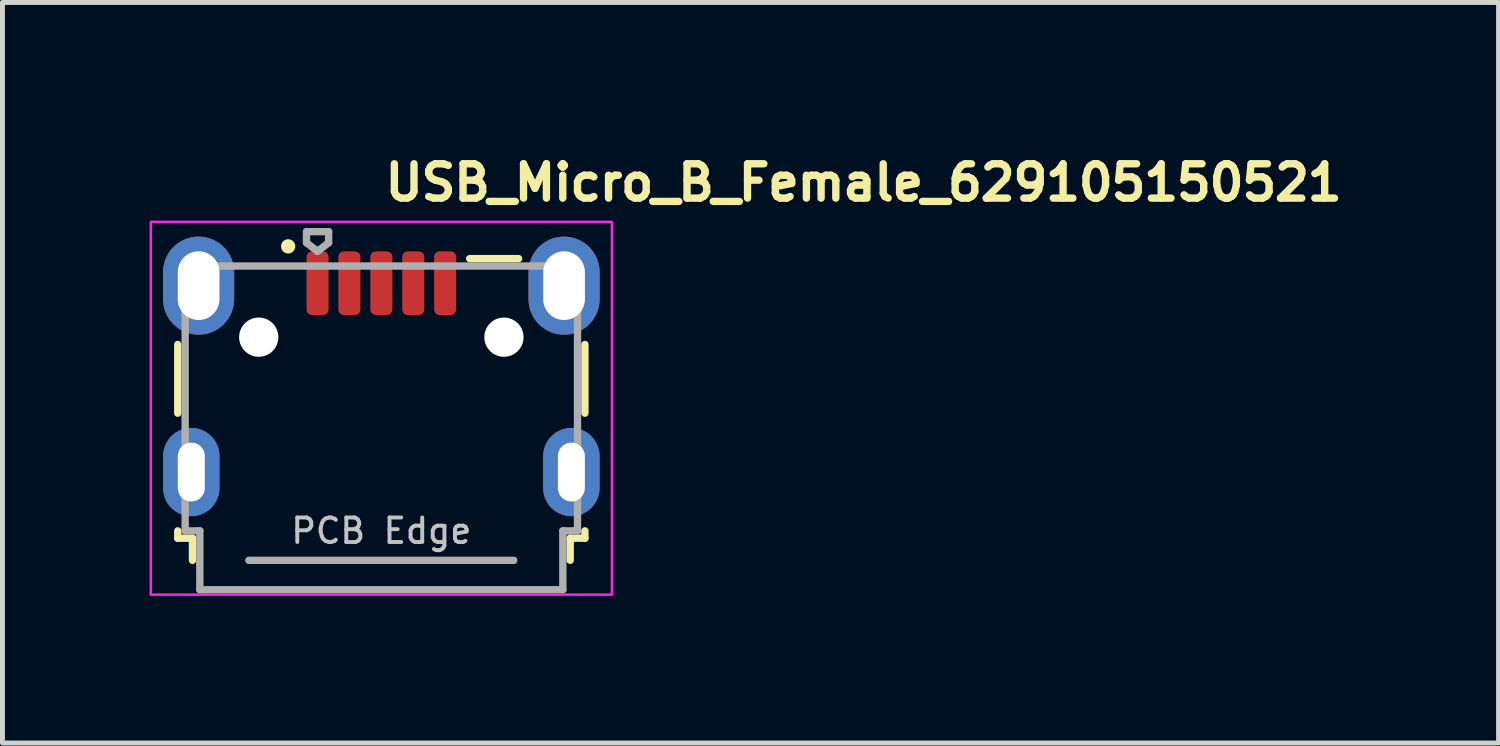
<source format=kicad_pcb>
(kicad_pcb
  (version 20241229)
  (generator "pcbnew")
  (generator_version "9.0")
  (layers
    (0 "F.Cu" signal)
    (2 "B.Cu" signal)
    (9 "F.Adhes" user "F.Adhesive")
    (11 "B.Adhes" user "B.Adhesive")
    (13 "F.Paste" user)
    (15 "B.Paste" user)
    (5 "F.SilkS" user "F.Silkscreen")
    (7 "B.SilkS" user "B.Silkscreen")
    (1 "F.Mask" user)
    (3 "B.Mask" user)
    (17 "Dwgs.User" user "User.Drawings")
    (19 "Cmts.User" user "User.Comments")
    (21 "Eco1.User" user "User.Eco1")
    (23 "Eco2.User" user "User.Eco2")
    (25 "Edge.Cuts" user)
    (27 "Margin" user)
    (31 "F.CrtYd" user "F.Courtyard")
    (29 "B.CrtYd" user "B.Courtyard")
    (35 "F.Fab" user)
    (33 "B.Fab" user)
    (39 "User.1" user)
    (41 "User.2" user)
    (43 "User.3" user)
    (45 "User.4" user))
  (footprint "USB_Micro_B_Female_629105150521"
    (layer "F.Cu")
    (at 4.725 5.673)
    (property "Reference" "USB_Micro_B_Female_629105150521" (at 0 -5 0) (layer "F.SilkS") (effects (font (size 0.7 0.7) (thickness 0.15)) (justify left)))
    (attr smd)
    (fp_line (start -4.151 -1.7) (end -4.151 -0.299) (stroke (width 0.15) (type solid)) (layer "F.SilkS"))
    (fp_line (start -4.151 2.1) (end -4.151 2.25) (stroke (width 0.15) (type solid)) (layer "F.SilkS"))
    (fp_line (start -4.151 2.25) (end -3.851 2.25) (stroke (width 0.15) (type solid)) (layer "F.SilkS"))
    (fp_line (start -3.851 2.25) (end -3.851 2.701) (stroke (width 0.15) (type solid)) (layer "F.SilkS"))
    (fp_line (start 1.8 -3.45) (end 2.798 -3.45) (stroke (width 0.15) (type solid)) (layer "F.SilkS"))
    (fp_line (start 3.85 2.25) (end 4.15 2.25) (stroke (width 0.15) (type solid)) (layer "F.SilkS"))
    (fp_line (start 3.85 2.701) (end 3.85 2.25) (stroke (width 0.15) (type solid)) (layer "F.SilkS"))
    (fp_line (start 4.15 -0.299) (end 4.15 -1.7) (stroke (width 0.15) (type solid)) (layer "F.SilkS"))
    (fp_line (start 4.15 2.25) (end 4.15 2.1) (stroke (width 0.15) (type solid)) (layer "F.SilkS"))
    (fp_circle (center -1.9 -3.7) (end -1.85 -3.65) (stroke (width 0.15) (type solid)) (fill yes) (layer "F.SilkS"))
    (fp_rect (start -4.7 -4.2) (end 4.7 3.4) (stroke (width 0.05) (type solid)) (fill no) (layer "F.CrtYd"))
    (fp_line (start -4 -3.299) (end -4 2.1) (stroke (width 0.15) (type solid)) (layer "F.Fab"))
    (fp_line (start -4 2.1) (end -3.701 2.1) (stroke (width 0.15) (type solid)) (layer "F.Fab"))
    (fp_line (start -3.701 2.1) (end -3.701 3.301) (stroke (width 0.15) (type solid)) (layer "F.Fab"))
    (fp_line (start -3.701 3.301) (end 3.7 3.301) (stroke (width 0.15) (type solid)) (layer "F.Fab"))
    (fp_line (start -2.702 2.701) (end 2.7 2.701) (stroke (width 0.15) (type solid)) (layer "F.Fab"))
    (fp_line (start -1.526 -4) (end -1.075 -4) (stroke (width 0.15) (type solid)) (layer "F.Fab"))
    (fp_line (start -1.526 -3.774) (end -1.526 -4) (stroke (width 0.15) (type solid)) (layer "F.Fab"))
    (fp_line (start -1.301 -3.6) (end -1.526 -3.774) (stroke (width 0.15) (type solid)) (layer "F.Fab"))
    (fp_line (start -1.075 -4) (end -1.075 -3.774) (stroke (width 0.15) (type solid)) (layer "F.Fab"))
    (fp_line (start -1.075 -3.774) (end -1.301 -3.6) (stroke (width 0.15) (type solid)) (layer "F.Fab"))
    (fp_line (start 3.7 2.1) (end 3.999 2.1) (stroke (width 0.15) (type solid)) (layer "F.Fab"))
    (fp_line (start 3.7 3.301) (end 3.7 2.1) (stroke (width 0.15) (type solid)) (layer "F.Fab"))
    (fp_line (start 3.999 -3.299) (end -4 -3.299) (stroke (width 0.15) (type solid)) (layer "F.Fab"))
    (fp_line (start 3.999 2.1) (end 3.999 -3.299) (stroke (width 0.15) (type solid)) (layer "F.Fab"))
    (fp_rect (start -4 -3.302) (end 3.999 3.301) (stroke (width 0.1) (type solid)) (fill no) (layer "User.5"))
    (fp_line (start -4 -3.299) (end -4 2.1) (stroke (width 0.02) (type solid)) (layer "User.9"))
    (fp_line (start -4 -3.299) (end -3.855 -3.299) (stroke (width 0.02) (type solid)) (layer "User.9"))
    (fp_line (start -4 -1.829) (end -4 -2.73) (stroke (width 0.02) (type solid)) (layer "User.9"))
    (fp_line (start -4 0.201) (end -4 0.413) (stroke (width 0.02) (type solid)) (layer "User.9"))
    (fp_line (start -4 0.413) (end -4 0.413) (stroke (width 0.02) (type solid)) (layer "User.9"))
    (fp_line (start -4 0.413) (end -4 0.5) (stroke (width 0.02) (type solid)) (layer "User.9"))
    (fp_line (start -4 1.656) (end -4 2.1) (stroke (width 0.02) (type solid)) (layer "User.9"))
    (fp_line (start -4 2.1) (end -4 1.656) (stroke (width 0.02) (type solid)) (layer "User.9"))
    (fp_line (start -4 2.1) (end -3.855 2.1) (stroke (width 0.02) (type solid)) (layer "User.9"))
    (fp_line (start -3.855 -3.299) (end -3.855 -3.299) (stroke (width 0.02) (type solid)) (layer "User.9"))
    (fp_line (start -3.855 -3.299) (end -3.5 -3.299) (stroke (width 0.02) (type solid)) (layer "User.9"))
    (fp_line (start -3.855 2.1) (end -3.855 2.1) (stroke (width 0.02) (type solid)) (layer "User.9"))
    (fp_line (start -3.855 2.1) (end -3.5 2.1) (stroke (width 0.02) (type solid)) (layer "User.9"))
    (fp_line (start -3.701 2.1) (end -3.701 3.301) (stroke (width 0.02) (type solid)) (layer "User.9"))
    (fp_line (start -3.701 3.301) (end -3.44 3.301) (stroke (width 0.02) (type solid)) (layer "User.9"))
    (fp_line (start -3.5 -3.299) (end -3.051 -3.299) (stroke (width 0.02) (type solid)) (layer "User.9"))
    (fp_line (start -3.5 2.1) (end -3.077 2.1) (stroke (width 0.02) (type solid)) (layer "User.9"))
    (fp_line (start -3.067 2.1) (end -3.077 2.1) (stroke (width 0.02) (type solid)) (layer "User.9"))
    (fp_line (start -3.056 2.1) (end -3.067 2.1) (stroke (width 0.02) (type solid)) (layer "User.9"))
    (fp_line (start -3.051 -3.299) (end -3.44 -3.299) (stroke (width 0.02) (type solid)) (layer "User.9"))
    (fp_line (start -3.051 -3.299) (end -3.041 -3.299) (stroke (width 0.02) (type solid)) (layer "User.9"))
    (fp_line (start -3.047 2.099) (end -3.056 2.1) (stroke (width 0.02) (type solid)) (layer "User.9"))
    (fp_line (start -3.041 -3.299) (end -3.032 -3.298) (stroke (width 0.02) (type solid)) (layer "User.9"))
    (fp_line (start -3.036 2.096) (end -3.047 2.099) (stroke (width 0.02) (type solid)) (layer "User.9"))
    (fp_line (start -3.032 -3.298) (end -3.021 -3.298) (stroke (width 0.02) (type solid)) (layer "User.9"))
    (fp_line (start -3.028 2.095) (end -3.036 2.096) (stroke (width 0.02) (type solid)) (layer "User.9"))
    (fp_line (start -3.021 -3.298) (end -3.012 -3.295) (stroke (width 0.02) (type solid)) (layer "User.9"))
    (fp_line (start -3.017 2.092) (end -3.028 2.095) (stroke (width 0.02) (type solid)) (layer "User.9"))
    (fp_line (start -3.012 -3.295) (end -3.003 -3.294) (stroke (width 0.02) (type solid)) (layer "User.9"))
    (fp_line (start -3.008 2.088) (end -3.017 2.092) (stroke (width 0.02) (type solid)) (layer "User.9"))
    (fp_line (start -3.003 -3.294) (end -2.992 -3.29) (stroke (width 0.02) (type solid)) (layer "User.9"))
    (fp_line (start -3 2.085) (end -3.008 2.088) (stroke (width 0.02) (type solid)) (layer "User.9"))
    (fp_line (start -2.992 -3.29) (end -2.984 -3.287) (stroke (width 0.02) (type solid)) (layer "User.9"))
    (fp_line (start -2.991 2.081) (end -3 2.085) (stroke (width 0.02) (type solid)) (layer "User.9"))
    (fp_line (start -2.984 -3.287) (end -2.975 -3.285) (stroke (width 0.02) (type solid)) (layer "User.9"))
    (fp_line (start -2.981 2.077) (end -2.991 2.081) (stroke (width 0.02) (type solid)) (layer "User.9"))
    (fp_line (start -2.975 -3.285) (end -2.965 -3.281) (stroke (width 0.02) (type solid)) (layer "User.9"))
    (fp_line (start -2.973 2.072) (end -2.981 2.077) (stroke (width 0.02) (type solid)) (layer "User.9"))
    (fp_line (start -2.965 -3.281) (end -2.956 -3.275) (stroke (width 0.02) (type solid)) (layer "User.9"))
    (fp_line (start -2.965 2.067) (end -2.973 2.072) (stroke (width 0.02) (type solid)) (layer "User.9"))
    (fp_line (start -2.957 2.061) (end -2.965 2.067) (stroke (width 0.02) (type solid)) (layer "User.9"))
    (fp_line (start -2.956 -3.275) (end -2.948 -3.271) (stroke (width 0.02) (type solid)) (layer "User.9"))
    (fp_line (start -2.949 2.056) (end -2.957 2.061) (stroke (width 0.02) (type solid)) (layer "User.9"))
    (fp_line (start -2.948 -3.271) (end -2.94 -3.266) (stroke (width 0.02) (type solid)) (layer "User.9"))
    (fp_line (start -2.942 2.048) (end -2.949 2.056) (stroke (width 0.02) (type solid)) (layer "User.9"))
    (fp_line (start -2.94 -3.266) (end -2.932 -3.261) (stroke (width 0.02) (type solid)) (layer "User.9"))
    (fp_line (start -2.935 2.042) (end -2.942 2.048) (stroke (width 0.02) (type solid)) (layer "User.9"))
    (fp_line (start -2.935 2.042) (end -2.935 2.042) (stroke (width 0.02) (type solid)) (layer "User.9"))
    (fp_line (start -2.932 -3.261) (end -2.924 -3.254) (stroke (width 0.02) (type solid)) (layer "User.9"))
    (fp_line (start -2.927 2.035) (end -2.935 2.042) (stroke (width 0.02) (type solid)) (layer "User.9"))
    (fp_line (start -2.924 -3.254) (end -2.916 -3.247) (stroke (width 0.02) (type solid)) (layer "User.9"))
    (fp_line (start -2.922 2.027) (end -2.927 2.035) (stroke (width 0.02) (type solid)) (layer "User.9"))
    (fp_line (start -2.916 -3.247) (end -2.91 -3.241) (stroke (width 0.02) (type solid)) (layer "User.9"))
    (fp_line (start -2.915 2.019) (end -2.922 2.027) (stroke (width 0.02) (type solid)) (layer "User.9"))
    (fp_line (start -2.91 -3.241) (end -2.91 -3.241) (stroke (width 0.02) (type solid)) (layer "User.9"))
    (fp_line (start -2.91 -3.241) (end -2.903 -3.234) (stroke (width 0.02) (type solid)) (layer "User.9"))
    (fp_line (start -2.91 2.011) (end -2.915 2.019) (stroke (width 0.02) (type solid)) (layer "User.9"))
    (fp_line (start -2.904 2.003) (end -2.91 2.011) (stroke (width 0.02) (type solid)) (layer "User.9"))
    (fp_line (start -2.903 -3.234) (end -2.896 -3.226) (stroke (width 0.02) (type solid)) (layer "User.9"))
    (fp_line (start -2.899 1.995) (end -2.904 2.003) (stroke (width 0.02) (type solid)) (layer "User.9"))
    (fp_line (start -2.896 -3.226) (end -2.891 -3.218) (stroke (width 0.02) (type solid)) (layer "User.9"))
    (fp_line (start -2.895 1.987) (end -2.899 1.995) (stroke (width 0.02) (type solid)) (layer "User.9"))
    (fp_line (start -2.891 -3.218) (end -2.884 -3.21) (stroke (width 0.02) (type solid)) (layer "User.9"))
    (fp_line (start -2.891 1.977) (end -2.895 1.987) (stroke (width 0.02) (type solid)) (layer "User.9"))
    (fp_line (start -2.887 1.969) (end -2.891 1.977) (stroke (width 0.02) (type solid)) (layer "User.9"))
    (fp_line (start -2.884 -3.21) (end -2.879 -3.202) (stroke (width 0.02) (type solid)) (layer "User.9"))
    (fp_line (start -2.884 1.959) (end -2.887 1.969) (stroke (width 0.02) (type solid)) (layer "User.9"))
    (fp_line (start -2.883 1.949) (end -2.884 1.959) (stroke (width 0.02) (type solid)) (layer "User.9"))
    (fp_line (start -2.879 -3.202) (end -2.875 -3.193) (stroke (width 0.02) (type solid)) (layer "User.9"))
    (fp_line (start -2.879 1.931) (end -2.879 1.939) (stroke (width 0.02) (type solid)) (layer "User.9"))
    (fp_line (start -2.879 1.939) (end -2.883 1.949) (stroke (width 0.02) (type solid)) (layer "User.9"))
    (fp_line (start -2.876 1.91) (end -2.876 1.921) (stroke (width 0.02) (type solid)) (layer "User.9"))
    (fp_line (start -2.876 1.921) (end -2.879 1.931) (stroke (width 0.02) (type solid)) (layer "User.9"))
    (fp_line (start -2.875 -3.193) (end -2.871 -3.185) (stroke (width 0.02) (type solid)) (layer "User.9"))
    (fp_line (start -2.875 0.571) (end -2.872 0.557) (stroke (width 0.02) (type solid)) (layer "User.9"))
    (fp_line (start -2.875 0.585) (end -2.875 0.571) (stroke (width 0.02) (type solid)) (layer "User.9"))
    (fp_line (start -2.875 0.6) (end -2.875 0.585) (stroke (width 0.02) (type solid)) (layer "User.9"))
    (fp_line (start -2.875 1.38) (end -2.875 1.386) (stroke (width 0.02) (type solid)) (layer "User.9"))
    (fp_line (start -2.875 1.386) (end -2.875 1.39) (stroke (width 0.02) (type solid)) (layer "User.9"))
    (fp_line (start -2.875 1.39) (end -2.875 1.396) (stroke (width 0.02) (type solid)) (layer "User.9"))
    (fp_line (start -2.875 1.396) (end -2.875 1.4) (stroke (width 0.02) (type solid)) (layer "User.9"))
    (fp_line (start -2.875 1.9) (end -2.876 1.91) (stroke (width 0.02) (type solid)) (layer "User.9"))
    (fp_line (start -2.875 1.9) (end -2.875 0.6) (stroke (width 0.02) (type solid)) (layer "User.9"))
    (fp_line (start -2.875 2) (end -2.875 1.4) (stroke (width 0.02) (type solid)) (layer "User.9"))
    (fp_line (start -2.875 2) (end -2.875 2.006) (stroke (width 0.02) (type solid)) (layer "User.9"))
    (fp_line (start -2.875 2.006) (end -2.875 2.011) (stroke (width 0.02) (type solid)) (layer "User.9"))
    (fp_line (start -2.875 2.011) (end -2.875 2.015) (stroke (width 0.02) (type solid)) (layer "User.9"))
    (fp_line (start -2.875 2.015) (end -2.875 2.02) (stroke (width 0.02) (type solid)) (layer "User.9"))
    (fp_line (start -2.875 2.02) (end -2.872 2.024) (stroke (width 0.02) (type solid)) (layer "User.9"))
    (fp_line (start -2.872 0.557) (end -2.871 0.542) (stroke (width 0.02) (type solid)) (layer "User.9"))
    (fp_line (start -2.872 1.376) (end -2.875 1.38) (stroke (width 0.02) (type solid)) (layer "User.9"))
    (fp_line (start -2.872 2.024) (end -2.871 2.03) (stroke (width 0.02) (type solid)) (layer "User.9"))
    (fp_line (start -2.871 -3.185) (end -2.867 -3.176) (stroke (width 0.02) (type solid)) (layer "User.9"))
    (fp_line (start -2.871 0.542) (end -2.867 0.528) (stroke (width 0.02) (type solid)) (layer "User.9"))
    (fp_line (start -2.871 1.366) (end -2.871 1.372) (stroke (width 0.02) (type solid)) (layer "User.9"))
    (fp_line (start -2.871 1.372) (end -2.872 1.376) (stroke (width 0.02) (type solid)) (layer "User.9"))
    (fp_line (start -2.871 2.03) (end -2.871 2.035) (stroke (width 0.02) (type solid)) (layer "User.9"))
    (fp_line (start -2.871 2.035) (end -2.868 2.039) (stroke (width 0.02) (type solid)) (layer "User.9"))
    (fp_line (start -2.868 1.362) (end -2.871 1.366) (stroke (width 0.02) (type solid)) (layer "User.9"))
    (fp_line (start -2.868 2.039) (end -2.867 2.043) (stroke (width 0.02) (type solid)) (layer "User.9"))
    (fp_line (start -2.867 -3.176) (end -2.863 -3.166) (stroke (width 0.02) (type solid)) (layer "User.9"))
    (fp_line (start -2.867 0.528) (end -2.863 0.514) (stroke (width 0.02) (type solid)) (layer "User.9"))
    (fp_line (start -2.867 1.358) (end -2.868 1.362) (stroke (width 0.02) (type solid)) (layer "User.9"))
    (fp_line (start -2.867 2.043) (end -2.864 2.048) (stroke (width 0.02) (type solid)) (layer "User.9"))
    (fp_line (start -2.864 1.354) (end -2.867 1.358) (stroke (width 0.02) (type solid)) (layer "User.9"))
    (fp_line (start -2.864 2.048) (end -2.862 2.052) (stroke (width 0.02) (type solid)) (layer "User.9"))
    (fp_line (start -2.863 -3.166) (end -2.859 -3.157) (stroke (width 0.02) (type solid)) (layer "User.9"))
    (fp_line (start -2.863 0.514) (end -2.859 0.499) (stroke (width 0.02) (type solid)) (layer "User.9"))
    (fp_line (start -2.862 1.35) (end -2.864 1.354) (stroke (width 0.02) (type solid)) (layer "User.9"))
    (fp_line (start -2.862 2.052) (end -2.859 2.056) (stroke (width 0.02) (type solid)) (layer "User.9"))
    (fp_line (start -2.859 -3.157) (end -2.858 -3.149) (stroke (width 0.02) (type solid)) (layer "User.9"))
    (fp_line (start -2.859 0.499) (end -2.854 0.485) (stroke (width 0.02) (type solid)) (layer "User.9"))
    (fp_line (start -2.859 1.346) (end -2.862 1.35) (stroke (width 0.02) (type solid)) (layer "User.9"))
    (fp_line (start -2.859 2.056) (end -2.856 2.06) (stroke (width 0.02) (type solid)) (layer "User.9"))
    (fp_line (start -2.858 -3.149) (end -2.855 -3.138) (stroke (width 0.02) (type solid)) (layer "User.9"))
    (fp_line (start -2.856 1.342) (end -2.859 1.346) (stroke (width 0.02) (type solid)) (layer "User.9"))
    (fp_line (start -2.856 2.06) (end -2.854 2.064) (stroke (width 0.02) (type solid)) (layer "User.9"))
    (fp_line (start -2.855 -3.138) (end -2.854 -3.129) (stroke (width 0.02) (type solid)) (layer "User.9"))
    (fp_line (start -2.854 -3.129) (end -2.851 -3.12) (stroke (width 0.02) (type solid)) (layer "User.9"))
    (fp_line (start -2.854 0.485) (end -2.847 0.473) (stroke (width 0.02) (type solid)) (layer "User.9"))
    (fp_line (start -2.854 1.338) (end -2.856 1.342) (stroke (width 0.02) (type solid)) (layer "User.9"))
    (fp_line (start -2.854 2.064) (end -2.851 2.068) (stroke (width 0.02) (type solid)) (layer "User.9"))
    (fp_line (start -2.852 1.501) (end -2.875 1.501) (stroke (width 0.02) (type solid)) (layer "User.9"))
    (fp_line (start -2.852 2.065) (end -2.852 1.501) (stroke (width 0.02) (type solid)) (layer "User.9"))
    (fp_line (start -2.851 -3.12) (end -2.851 -3.109) (stroke (width 0.02) (type solid)) (layer "User.9"))
    (fp_line (start -2.851 -3.109) (end -2.851 -3.1) (stroke (width 0.02) (type solid)) (layer "User.9"))
    (fp_line (start -2.851 -2.799) (end -2.851 -3.1) (stroke (width 0.02) (type solid)) (layer "User.9"))
    (fp_line (start -2.851 -2.799) (end -2.851 -2.79) (stroke (width 0.02) (type solid)) (layer "User.9"))
    (fp_line (start -2.851 -2.79) (end -2.851 -2.799) (stroke (width 0.02) (type solid)) (layer "User.9"))
    (fp_line (start -2.851 -2.79) (end -2.851 -2.779) (stroke (width 0.02) (type solid)) (layer "User.9"))
    (fp_line (start -2.851 -2.779) (end -2.848 -2.77) (stroke (width 0.02) (type solid)) (layer "User.9"))
    (fp_line (start -2.851 1.334) (end -2.854 1.338) (stroke (width 0.02) (type solid)) (layer "User.9"))
    (fp_line (start -2.851 2.068) (end -2.847 2.072) (stroke (width 0.02) (type solid)) (layer "User.9"))
    (fp_line (start -2.85 -2.778) (end -2.851 -2.79) (stroke (width 0.02) (type solid)) (layer "User.9"))
    (fp_line (start -2.848 -2.77) (end -2.847 -2.761) (stroke (width 0.02) (type solid)) (layer "User.9"))
    (fp_line (start -2.848 -2.769) (end -2.85 -2.778) (stroke (width 0.02) (type solid)) (layer "User.9"))
    (fp_line (start -2.847 -2.761) (end -2.846 -2.751) (stroke (width 0.02) (type solid)) (layer "User.9"))
    (fp_line (start -2.847 -2.759) (end -2.848 -2.769) (stroke (width 0.02) (type solid)) (layer "User.9"))
    (fp_line (start -2.847 0.473) (end -2.84 0.46) (stroke (width 0.02) (type solid)) (layer "User.9"))
    (fp_line (start -2.847 1.33) (end -2.851 1.334) (stroke (width 0.02) (type solid)) (layer "User.9"))
    (fp_line (start -2.847 1.33) (end -2.847 1.33) (stroke (width 0.02) (type solid)) (layer "User.9"))
    (fp_line (start -2.847 2.072) (end -2.847 2.072) (stroke (width 0.02) (type solid)) (layer "User.9"))
    (fp_line (start -2.847 2.072) (end -2.843 2.075) (stroke (width 0.02) (type solid)) (layer "User.9"))
    (fp_line (start -2.846 -2.751) (end -2.843 -2.742) (stroke (width 0.02) (type solid)) (layer "User.9"))
    (fp_line (start -2.844 -2.75) (end -2.847 -2.759) (stroke (width 0.02) (type solid)) (layer "User.9"))
    (fp_line (start -2.843 -2.742) (end -2.839 -2.733) (stroke (width 0.02) (type solid)) (layer "User.9"))
    (fp_line (start -2.843 -2.739) (end -2.844 -2.75) (stroke (width 0.02) (type solid)) (layer "User.9"))
    (fp_line (start -2.843 1.326) (end -2.847 1.33) (stroke (width 0.02) (type solid)) (layer "User.9"))
    (fp_line (start -2.843 2.075) (end -2.839 2.077) (stroke (width 0.02) (type solid)) (layer "User.9"))
    (fp_line (start -2.84 0.46) (end -2.834 0.446) (stroke (width 0.02) (type solid)) (layer "User.9"))
    (fp_line (start -2.839 -2.733) (end -2.836 -2.725) (stroke (width 0.02) (type solid)) (layer "User.9"))
    (fp_line (start -2.839 -2.73) (end -2.843 -2.739) (stroke (width 0.02) (type solid)) (layer "User.9"))
    (fp_line (start -2.839 1.324) (end -2.843 1.326) (stroke (width 0.02) (type solid)) (layer "User.9"))
    (fp_line (start -2.839 2.077) (end -2.835 2.08) (stroke (width 0.02) (type solid)) (layer "User.9"))
    (fp_line (start -2.836 -2.725) (end -2.832 -2.715) (stroke (width 0.02) (type solid)) (layer "User.9"))
    (fp_line (start -2.835 -2.722) (end -2.839 -2.73) (stroke (width 0.02) (type solid)) (layer "User.9"))
    (fp_line (start -2.835 1.32) (end -2.839 1.324) (stroke (width 0.02) (type solid)) (layer "User.9"))
    (fp_line (start -2.835 2.08) (end -2.831 2.084) (stroke (width 0.02) (type solid)) (layer "User.9"))
    (fp_line (start -2.834 0.446) (end -2.826 0.434) (stroke (width 0.02) (type solid)) (layer "User.9"))
    (fp_line (start -2.832 -2.715) (end -2.828 -2.707) (stroke (width 0.02) (type solid)) (layer "User.9"))
    (fp_line (start -2.831 -2.713) (end -2.835 -2.722) (stroke (width 0.02) (type solid)) (layer "User.9"))
    (fp_line (start -2.831 1.318) (end -2.835 1.32) (stroke (width 0.02) (type solid)) (layer "User.9"))
    (fp_line (start -2.831 2.084) (end -2.827 2.087) (stroke (width 0.02) (type solid)) (layer "User.9"))
    (fp_line (start -2.828 -2.707) (end -2.823 -2.698) (stroke (width 0.02) (type solid)) (layer "User.9"))
    (fp_line (start -2.827 -2.705) (end -2.831 -2.713) (stroke (width 0.02) (type solid)) (layer "User.9"))
    (fp_line (start -2.827 1.314) (end -2.831 1.318) (stroke (width 0.02) (type solid)) (layer "User.9"))
    (fp_line (start -2.827 2.087) (end -2.823 2.088) (stroke (width 0.02) (type solid)) (layer "User.9"))
    (fp_line (start -2.826 0.434) (end -2.818 0.422) (stroke (width 0.02) (type solid)) (layer "User.9"))
    (fp_line (start -2.823 -2.698) (end -2.819 -2.69) (stroke (width 0.02) (type solid)) (layer "User.9"))
    (fp_line (start -2.823 -2.695) (end -2.827 -2.705) (stroke (width 0.02) (type solid)) (layer "User.9"))
    (fp_line (start -2.823 1.312) (end -2.827 1.314) (stroke (width 0.02) (type solid)) (layer "User.9"))
    (fp_line (start -2.823 2.088) (end -2.819 2.091) (stroke (width 0.02) (type solid)) (layer "User.9"))
    (fp_line (start -2.819 -2.69) (end -2.814 -2.684) (stroke (width 0.02) (type solid)) (layer "User.9"))
    (fp_line (start -2.819 1.31) (end -2.823 1.312) (stroke (width 0.02) (type solid)) (layer "User.9"))
    (fp_line (start -2.819 2.091) (end -2.814 2.092) (stroke (width 0.02) (type solid)) (layer "User.9"))
    (fp_line (start -2.818 0.422) (end -2.809 0.411) (stroke (width 0.02) (type solid)) (layer "User.9"))
    (fp_line (start -2.816 -2.688) (end -2.823 -2.695) (stroke (width 0.02) (type solid)) (layer "User.9"))
    (fp_line (start -2.814 -2.684) (end -2.809 -2.676) (stroke (width 0.02) (type solid)) (layer "User.9"))
    (fp_line (start -2.814 1.308) (end -2.819 1.31) (stroke (width 0.02) (type solid)) (layer "User.9"))
    (fp_line (start -2.814 2.092) (end -2.81 2.095) (stroke (width 0.02) (type solid)) (layer "User.9"))
    (fp_line (start -2.811 -2.68) (end -2.816 -2.688) (stroke (width 0.02) (type solid)) (layer "User.9"))
    (fp_line (start -2.81 -3.299) (end -3.351 -3.299) (stroke (width 0.02) (type solid)) (layer "User.9"))
    (fp_line (start -2.81 -3.299) (end -1.851 -3.299) (stroke (width 0.02) (type solid)) (layer "User.9"))
    (fp_line (start -2.81 -2.75) (end -2.81 -3.299) (stroke (width 0.02) (type solid)) (layer "User.9"))
    (fp_line (start -2.81 1.306) (end -2.814 1.308) (stroke (width 0.02) (type solid)) (layer "User.9"))
    (fp_line (start -2.81 2.095) (end -2.806 2.096) (stroke (width 0.02) (type solid)) (layer "User.9"))
    (fp_line (start -2.809 -2.676) (end -2.802 -2.669) (stroke (width 0.02) (type solid)) (layer "User.9"))
    (fp_line (start -2.809 0.411) (end -2.798 0.4) (stroke (width 0.02) (type solid)) (layer "User.9"))
    (fp_line (start -2.806 -2.673) (end -2.811 -2.68) (stroke (width 0.02) (type solid)) (layer "User.9"))
    (fp_line (start -2.806 1.304) (end -2.81 1.306) (stroke (width 0.02) (type solid)) (layer "User.9"))
    (fp_line (start -2.806 2.096) (end -2.801 2.097) (stroke (width 0.02) (type solid)) (layer "User.9"))
    (fp_line (start -2.802 -2.669) (end -2.797 -2.661) (stroke (width 0.02) (type solid)) (layer "User.9"))
    (fp_line (start -2.801 1.304) (end -2.806 1.304) (stroke (width 0.02) (type solid)) (layer "User.9"))
    (fp_line (start -2.801 2.097) (end -2.795 2.099) (stroke (width 0.02) (type solid)) (layer "User.9"))
    (fp_line (start -2.799 -2.665) (end -2.806 -2.673) (stroke (width 0.02) (type solid)) (layer "User.9"))
    (fp_line (start -2.798 0.4) (end -2.789 0.389) (stroke (width 0.02) (type solid)) (layer "User.9"))
    (fp_line (start -2.797 -2.661) (end -2.79 -2.656) (stroke (width 0.02) (type solid)) (layer "User.9"))
    (fp_line (start -2.795 1.302) (end -2.801 1.304) (stroke (width 0.02) (type solid)) (layer "User.9"))
    (fp_line (start -2.795 2.099) (end -2.79 2.1) (stroke (width 0.02) (type solid)) (layer "User.9"))
    (fp_line (start -2.793 -2.658) (end -2.799 -2.665) (stroke (width 0.02) (type solid)) (layer "User.9"))
    (fp_line (start -2.79 -2.656) (end -2.782 -2.649) (stroke (width 0.02) (type solid)) (layer "User.9"))
    (fp_line (start -2.79 1.302) (end -2.795 1.302) (stroke (width 0.02) (type solid)) (layer "User.9"))
    (fp_line (start -2.79 2.1) (end -2.786 2.1) (stroke (width 0.02) (type solid)) (layer "User.9"))
    (fp_line (start -2.789 0.389) (end -2.789 0.389) (stroke (width 0.02) (type solid)) (layer "User.9"))
    (fp_line (start -2.789 0.389) (end -2.778 0.378) (stroke (width 0.02) (type solid)) (layer "User.9"))
    (fp_line (start -2.786 -2.652) (end -2.793 -2.658) (stroke (width 0.02) (type solid)) (layer "User.9"))
    (fp_line (start -2.786 1.302) (end -2.79 1.302) (stroke (width 0.02) (type solid)) (layer "User.9"))
    (fp_line (start -2.786 2.1) (end -2.781 2.1) (stroke (width 0.02) (type solid)) (layer "User.9"))
    (fp_line (start -2.782 -2.649) (end -2.775 -2.642) (stroke (width 0.02) (type solid)) (layer "User.9"))
    (fp_line (start -2.781 1.3) (end -2.786 1.302) (stroke (width 0.02) (type solid)) (layer "User.9"))
    (fp_line (start -2.781 2.1) (end -2.775 2.1) (stroke (width 0.02) (type solid)) (layer "User.9"))
    (fp_line (start -2.778 -2.645) (end -2.786 -2.652) (stroke (width 0.02) (type solid)) (layer "User.9"))
    (fp_line (start -2.778 0.378) (end -2.766 0.368) (stroke (width 0.02) (type solid)) (layer "User.9"))
    (fp_line (start -2.775 -2.642) (end -2.769 -2.637) (stroke (width 0.02) (type solid)) (layer "User.9"))
    (fp_line (start -2.775 1.3) (end -2.781 1.3) (stroke (width 0.02) (type solid)) (layer "User.9"))
    (fp_line (start -2.775 1.3) (end -2.75 1.3) (stroke (width 0.02) (type solid)) (layer "User.9"))
    (fp_line (start -2.771 2.1) (end -2.775 2.1) (stroke (width 0.02) (type solid)) (layer "User.9"))
    (fp_line (start -2.771 2.1) (end -2.775 2.1) (stroke (width 0.02) (type solid)) (layer "User.9"))
    (fp_line (start -2.77 -2.64) (end -2.778 -2.645) (stroke (width 0.02) (type solid)) (layer "User.9"))
    (fp_line (start -2.769 -2.637) (end -2.761 -2.632) (stroke (width 0.02) (type solid)) (layer "User.9"))
    (fp_line (start -2.766 0.368) (end -2.754 0.359) (stroke (width 0.02) (type solid)) (layer "User.9"))
    (fp_line (start -2.766 2.1) (end -2.771 2.1) (stroke (width 0.02) (type solid)) (layer "User.9"))
    (fp_line (start -2.766 2.1) (end -2.771 2.1) (stroke (width 0.02) (type solid)) (layer "User.9"))
    (fp_line (start -2.762 -2.633) (end -2.77 -2.64) (stroke (width 0.02) (type solid)) (layer "User.9"))
    (fp_line (start -2.762 2.099) (end -2.766 2.1) (stroke (width 0.02) (type solid)) (layer "User.9"))
    (fp_line (start -2.762 2.1) (end -2.766 2.1) (stroke (width 0.02) (type solid)) (layer "User.9"))
    (fp_line (start -2.761 -2.632) (end -2.753 -2.626) (stroke (width 0.02) (type solid)) (layer "User.9"))
    (fp_line (start -2.757 2.097) (end -2.762 2.099) (stroke (width 0.02) (type solid)) (layer "User.9"))
    (fp_line (start -2.757 2.099) (end -2.762 2.1) (stroke (width 0.02) (type solid)) (layer "User.9"))
    (fp_line (start -2.754 -2.629) (end -2.762 -2.633) (stroke (width 0.02) (type solid)) (layer "User.9"))
    (fp_line (start -2.754 0.359) (end -2.742 0.351) (stroke (width 0.02) (type solid)) (layer "User.9"))
    (fp_line (start -2.753 -2.626) (end -2.745 -2.622) (stroke (width 0.02) (type solid)) (layer "User.9"))
    (fp_line (start -2.751 2.096) (end -2.757 2.097) (stroke (width 0.02) (type solid)) (layer "User.9"))
    (fp_line (start -2.751 2.099) (end -2.757 2.099) (stroke (width 0.02) (type solid)) (layer "User.9"))
    (fp_line (start -2.75 1.3) (end -2.746 1.3) (stroke (width 0.02) (type solid)) (layer "User.9"))
    (fp_line (start -2.747 2.093) (end -2.751 2.096) (stroke (width 0.02) (type solid)) (layer "User.9"))
    (fp_line (start -2.747 2.096) (end -2.751 2.099) (stroke (width 0.02) (type solid)) (layer "User.9"))
    (fp_line (start -2.746 -2.624) (end -2.754 -2.629) (stroke (width 0.02) (type solid)) (layer "User.9"))
    (fp_line (start -2.746 1.3) (end -2.741 1.3) (stroke (width 0.02) (type solid)) (layer "User.9"))
    (fp_line (start -2.745 -2.622) (end -2.735 -2.618) (stroke (width 0.02) (type solid)) (layer "User.9"))
    (fp_line (start -2.742 0.351) (end -2.73 0.344) (stroke (width 0.02) (type solid)) (layer "User.9"))
    (fp_line (start -2.742 2.091) (end -2.747 2.093) (stroke (width 0.02) (type solid)) (layer "User.9"))
    (fp_line (start -2.742 2.096) (end -2.747 2.096) (stroke (width 0.02) (type solid)) (layer "User.9"))
    (fp_line (start -2.741 1.3) (end -2.735 1.3) (stroke (width 0.02) (type solid)) (layer "User.9"))
    (fp_line (start -2.738 -2.62) (end -2.746 -2.624) (stroke (width 0.02) (type solid)) (layer "User.9"))
    (fp_line (start -2.738 2.088) (end -2.742 2.091) (stroke (width 0.02) (type solid)) (layer "User.9"))
    (fp_line (start -2.738 2.095) (end -2.742 2.096) (stroke (width 0.02) (type solid)) (layer "User.9"))
    (fp_line (start -2.735 -2.618) (end -2.727 -2.614) (stroke (width 0.02) (type solid)) (layer "User.9"))
    (fp_line (start -2.735 1.3) (end -2.73 1.298) (stroke (width 0.02) (type solid)) (layer "User.9"))
    (fp_line (start -2.734 2.084) (end -2.738 2.088) (stroke (width 0.02) (type solid)) (layer "User.9"))
    (fp_line (start -2.734 2.092) (end -2.738 2.095) (stroke (width 0.02) (type solid)) (layer "User.9"))
    (fp_line (start -2.73 0.344) (end -2.718 0.336) (stroke (width 0.02) (type solid)) (layer "User.9"))
    (fp_line (start -2.73 1.298) (end -2.726 1.298) (stroke (width 0.02) (type solid)) (layer "User.9"))
    (fp_line (start -2.73 2.081) (end -2.734 2.084) (stroke (width 0.02) (type solid)) (layer "User.9"))
    (fp_line (start -2.73 2.091) (end -2.734 2.092) (stroke (width 0.02) (type solid)) (layer "User.9"))
    (fp_line (start -2.729 -2.616) (end -2.738 -2.62) (stroke (width 0.02) (type solid)) (layer "User.9"))
    (fp_line (start -2.727 -2.614) (end -2.718 -2.612) (stroke (width 0.02) (type solid)) (layer "User.9"))
    (fp_line (start -2.726 1.298) (end -2.722 1.296) (stroke (width 0.02) (type solid)) (layer "User.9"))
    (fp_line (start -2.726 2.089) (end -2.73 2.091) (stroke (width 0.02) (type solid)) (layer "User.9"))
    (fp_line (start -2.722 1.296) (end -2.717 1.294) (stroke (width 0.02) (type solid)) (layer "User.9"))
    (fp_line (start -2.722 2.073) (end -2.73 2.081) (stroke (width 0.02) (type solid)) (layer "User.9"))
    (fp_line (start -2.722 2.088) (end -2.726 2.089) (stroke (width 0.02) (type solid)) (layer "User.9"))
    (fp_line (start -2.719 -2.612) (end -2.729 -2.616) (stroke (width 0.02) (type solid)) (layer "User.9"))
    (fp_line (start -2.718 -2.612) (end -2.71 -2.609) (stroke (width 0.02) (type solid)) (layer "User.9"))
    (fp_line (start -2.718 0.336) (end -2.705 0.33) (stroke (width 0.02) (type solid)) (layer "User.9"))
    (fp_line (start -2.718 2.084) (end -2.722 2.088) (stroke (width 0.02) (type solid)) (layer "User.9"))
    (fp_line (start -2.717 1.294) (end -2.713 1.292) (stroke (width 0.02) (type solid)) (layer "User.9"))
    (fp_line (start -2.714 2.064) (end -2.722 2.073) (stroke (width 0.02) (type solid)) (layer "User.9"))
    (fp_line (start -2.714 2.083) (end -2.718 2.084) (stroke (width 0.02) (type solid)) (layer "User.9"))
    (fp_line (start -2.713 1.292) (end -2.707 1.29) (stroke (width 0.02) (type solid)) (layer "User.9"))
    (fp_line (start -2.71 -2.609) (end -2.719 -2.612) (stroke (width 0.02) (type solid)) (layer "User.9"))
    (fp_line (start -2.71 -2.609) (end -2.699 -2.605) (stroke (width 0.02) (type solid)) (layer "User.9"))
    (fp_line (start -2.71 2.08) (end -2.714 2.083) (stroke (width 0.02) (type solid)) (layer "User.9"))
    (fp_line (start -2.707 1.29) (end -2.703 1.288) (stroke (width 0.02) (type solid)) (layer "User.9"))
    (fp_line (start -2.706 2.055) (end -2.714 2.064) (stroke (width 0.02) (type solid)) (layer "User.9"))
    (fp_line (start -2.706 2.077) (end -2.71 2.08) (stroke (width 0.02) (type solid)) (layer "User.9"))
    (fp_line (start -2.705 0.33) (end -2.69 0.324) (stroke (width 0.02) (type solid)) (layer "User.9"))
    (fp_line (start -2.703 1.288) (end -2.699 1.286) (stroke (width 0.02) (type solid)) (layer "User.9"))
    (fp_line (start -2.702 2.076) (end -2.706 2.077) (stroke (width 0.02) (type solid)) (layer "User.9"))
    (fp_line (start -2.701 -2.605) (end -2.71 -2.609) (stroke (width 0.02) (type solid)) (layer "User.9"))
    (fp_line (start -2.699 -2.605) (end -2.69 -2.604) (stroke (width 0.02) (type solid)) (layer "User.9"))
    (fp_line (start -2.699 1.286) (end -2.695 1.284) (stroke (width 0.02) (type solid)) (layer "User.9"))
    (fp_line (start -2.699 2.043) (end -2.706 2.055) (stroke (width 0.02) (type solid)) (layer "User.9"))
    (fp_line (start -2.699 2.072) (end -2.702 2.076) (stroke (width 0.02) (type solid)) (layer "User.9"))
    (fp_line (start -2.697 2.069) (end -2.699 2.072) (stroke (width 0.02) (type solid)) (layer "User.9"))
    (fp_line (start -2.695 1.284) (end -2.691 1.28) (stroke (width 0.02) (type solid)) (layer "User.9"))
    (fp_line (start -2.694 2.032) (end -2.699 2.043) (stroke (width 0.02) (type solid)) (layer "User.9"))
    (fp_line (start -2.694 2.067) (end -2.697 2.069) (stroke (width 0.02) (type solid)) (layer "User.9"))
    (fp_line (start -2.691 -2.604) (end -2.701 -2.605) (stroke (width 0.02) (type solid)) (layer "User.9"))
    (fp_line (start -2.691 1.28) (end -2.688 1.277) (stroke (width 0.02) (type solid)) (layer "User.9"))
    (fp_line (start -2.691 2.064) (end -2.694 2.067) (stroke (width 0.02) (type solid)) (layer "User.9"))
    (fp_line (start -2.69 -2.604) (end -2.681 -2.601) (stroke (width 0.02) (type solid)) (layer "User.9"))
    (fp_line (start -2.69 0.324) (end -2.677 0.318) (stroke (width 0.02) (type solid)) (layer "User.9"))
    (fp_line (start -2.689 2.019) (end -2.694 2.032) (stroke (width 0.02) (type solid)) (layer "User.9"))
    (fp_line (start -2.689 2.06) (end -2.691 2.064) (stroke (width 0.02) (type solid)) (layer "User.9"))
    (fp_line (start -2.688 1.277) (end -2.684 1.275) (stroke (width 0.02) (type solid)) (layer "User.9"))
    (fp_line (start -2.686 2.057) (end -2.689 2.06) (stroke (width 0.02) (type solid)) (layer "User.9"))
    (fp_line (start -2.685 2.007) (end -2.689 2.019) (stroke (width 0.02) (type solid)) (layer "User.9"))
    (fp_line (start -2.685 2.055) (end -2.686 2.057) (stroke (width 0.02) (type solid)) (layer "User.9"))
    (fp_line (start -2.684 1.275) (end -2.681 1.271) (stroke (width 0.02) (type solid)) (layer "User.9"))
    (fp_line (start -2.682 2.051) (end -2.685 2.055) (stroke (width 0.02) (type solid)) (layer "User.9"))
    (fp_line (start -2.681 -2.601) (end -2.691 -2.604) (stroke (width 0.02) (type solid)) (layer "User.9"))
    (fp_line (start -2.681 -2.601) (end -2.672 -2.601) (stroke (width 0.02) (type solid)) (layer "User.9"))
    (fp_line (start -2.681 1.271) (end -2.677 1.267) (stroke (width 0.02) (type solid)) (layer "User.9"))
    (fp_line (start -2.681 1.993) (end -2.685 2.007) (stroke (width 0.02) (type solid)) (layer "User.9"))
    (fp_line (start -2.681 2.048) (end -2.682 2.051) (stroke (width 0.02) (type solid)) (layer "User.9"))
    (fp_line (start -2.68 2.044) (end -2.681 2.048) (stroke (width 0.02) (type solid)) (layer "User.9"))
    (fp_line (start -2.678 1.981) (end -2.681 1.993) (stroke (width 0.02) (type solid)) (layer "User.9"))
    (fp_line (start -2.678 2.04) (end -2.68 2.044) (stroke (width 0.02) (type solid)) (layer "User.9"))
    (fp_line (start -2.677 0.318) (end -2.664 0.313) (stroke (width 0.02) (type solid)) (layer "User.9"))
    (fp_line (start -2.677 1.267) (end -2.673 1.265) (stroke (width 0.02) (type solid)) (layer "User.9"))
    (fp_line (start -2.677 1.967) (end -2.678 1.981) (stroke (width 0.02) (type solid)) (layer "User.9"))
    (fp_line (start -2.677 2.031) (end -2.677 2.034) (stroke (width 0.02) (type solid)) (layer "User.9"))
    (fp_line (start -2.677 2.034) (end -2.677 2.038) (stroke (width 0.02) (type solid)) (layer "User.9"))
    (fp_line (start -2.677 2.038) (end -2.678 2.04) (stroke (width 0.02) (type solid)) (layer "User.9"))
    (fp_line (start -2.676 1.602) (end -2.676 1.604) (stroke (width 0.02) (type solid)) (layer "User.9"))
    (fp_line (start -2.676 1.602) (end -2.077 1.602) (stroke (width 0.02) (type solid)) (layer "User.9"))
    (fp_line (start -2.676 1.604) (end -2.676 1.604) (stroke (width 0.02) (type solid)) (layer "User.9"))
    (fp_line (start -2.676 1.604) (end -2.676 1.604) (stroke (width 0.02) (type solid)) (layer "User.9"))
    (fp_line (start -2.676 1.604) (end -2.673 1.604) (stroke (width 0.02) (type solid)) (layer "User.9"))
    (fp_line (start -2.676 1.852) (end -2.676 1.604) (stroke (width 0.02) (type solid)) (layer "User.9"))
    (fp_line (start -2.676 1.852) (end -2.676 1.854) (stroke (width 0.02) (type solid)) (layer "User.9"))
    (fp_line (start -2.676 1.854) (end -2.676 1.854) (stroke (width 0.02) (type solid)) (layer "User.9"))
    (fp_line (start -2.676 1.854) (end -2.673 1.854) (stroke (width 0.02) (type solid)) (layer "User.9"))
    (fp_line (start -2.676 1.953) (end -2.677 1.967) (stroke (width 0.02) (type solid)) (layer "User.9"))
    (fp_line (start -2.676 2.027) (end -2.677 2.031) (stroke (width 0.02) (type solid)) (layer "User.9"))
    (fp_line (start -2.676 2.027) (end -2.676 1.852) (stroke (width 0.02) (type solid)) (layer "User.9"))
    (fp_line (start -2.673 1.265) (end -2.67 1.261) (stroke (width 0.02) (type solid)) (layer "User.9"))
    (fp_line (start -2.673 1.604) (end -2.67 1.606) (stroke (width 0.02) (type solid)) (layer "User.9"))
    (fp_line (start -2.673 1.854) (end -2.666 1.854) (stroke (width 0.02) (type solid)) (layer "User.9"))
    (fp_line (start -2.672 -2.601) (end -2.681 -2.601) (stroke (width 0.02) (type solid)) (layer "User.9"))
    (fp_line (start -2.672 -2.601) (end -2.661 -2.6) (stroke (width 0.02) (type solid)) (layer "User.9"))
    (fp_line (start -2.67 1.261) (end -2.669 1.257) (stroke (width 0.02) (type solid)) (layer "User.9"))
    (fp_line (start -2.67 1.606) (end -2.666 1.608) (stroke (width 0.02) (type solid)) (layer "User.9"))
    (fp_line (start -2.669 1.257) (end -2.665 1.253) (stroke (width 0.02) (type solid)) (layer "User.9"))
    (fp_line (start -2.666 1.608) (end -2.661 1.608) (stroke (width 0.02) (type solid)) (layer "User.9"))
    (fp_line (start -2.666 1.854) (end -2.656 1.856) (stroke (width 0.02) (type solid)) (layer "User.9"))
    (fp_line (start -2.665 1.253) (end -2.664 1.249) (stroke (width 0.02) (type solid)) (layer "User.9"))
    (fp_line (start -2.664 0.313) (end -2.649 0.309) (stroke (width 0.02) (type solid)) (layer "User.9"))
    (fp_line (start -2.664 1.249) (end -2.661 1.243) (stroke (width 0.02) (type solid)) (layer "User.9"))
    (fp_line (start -2.661 -2.6) (end -2.81 -2.75) (stroke (width 0.02) (type solid)) (layer "User.9"))
    (fp_line (start -2.661 -2.6) (end -2.672 -2.601) (stroke (width 0.02) (type solid)) (layer "User.9"))
    (fp_line (start -2.661 1.243) (end -2.658 1.239) (stroke (width 0.02) (type solid)) (layer "User.9"))
    (fp_line (start -2.661 1.608) (end -2.656 1.61) (stroke (width 0.02) (type solid)) (layer "User.9"))
    (fp_line (start -2.658 1.239) (end -2.657 1.235) (stroke (width 0.02) (type solid)) (layer "User.9"))
    (fp_line (start -2.657 1.235) (end -2.656 1.231) (stroke (width 0.02) (type solid)) (layer "User.9"))
    (fp_line (start -2.656 1.231) (end -2.654 1.225) (stroke (width 0.02) (type solid)) (layer "User.9"))
    (fp_line (start -2.656 1.61) (end -2.649 1.61) (stroke (width 0.02) (type solid)) (layer "User.9"))
    (fp_line (start -2.656 1.856) (end -2.642 1.858) (stroke (width 0.02) (type solid)) (layer "User.9"))
    (fp_line (start -2.654 1.225) (end -2.653 1.221) (stroke (width 0.02) (type solid)) (layer "User.9"))
    (fp_line (start -2.653 1.215) (end -2.652 1.211) (stroke (width 0.02) (type solid)) (layer "User.9"))
    (fp_line (start -2.653 1.221) (end -2.653 1.215) (stroke (width 0.02) (type solid)) (layer "User.9"))
    (fp_line (start -2.652 1.205) (end -2.65 1.201) (stroke (width 0.02) (type solid)) (layer "User.9"))
    (fp_line (start -2.652 1.211) (end -2.652 1.205) (stroke (width 0.02) (type solid)) (layer "User.9"))
    (fp_line (start -2.65 -2.6) (end -2.661 -2.6) (stroke (width 0.02) (type solid)) (layer "User.9"))
    (fp_line (start -2.65 0.391) (end -2.65 0.396) (stroke (width 0.02) (type solid)) (layer "User.9"))
    (fp_line (start -2.65 0.396) (end -2.65 0.401) (stroke (width 0.02) (type solid)) (layer "User.9"))
    (fp_line (start -2.65 1.201) (end -2.65 0.401) (stroke (width 0.02) (type solid)) (layer "User.9"))
    (fp_line (start -2.649 0.309) (end -2.634 0.306) (stroke (width 0.02) (type solid)) (layer "User.9"))
    (fp_line (start -2.649 0.38) (end -2.649 0.386) (stroke (width 0.02) (type solid)) (layer "User.9"))
    (fp_line (start -2.649 0.386) (end -2.65 0.391) (stroke (width 0.02) (type solid)) (layer "User.9"))
    (fp_line (start -2.649 1.61) (end -2.642 1.612) (stroke (width 0.02) (type solid)) (layer "User.9"))
    (fp_line (start -2.648 0.376) (end -2.649 0.38) (stroke (width 0.02) (type solid)) (layer "User.9"))
    (fp_line (start -2.646 0.371) (end -2.648 0.376) (stroke (width 0.02) (type solid)) (layer "User.9"))
    (fp_line (start -2.645 0.366) (end -2.646 0.371) (stroke (width 0.02) (type solid)) (layer "User.9"))
    (fp_line (start -2.644 0.362) (end -2.645 0.366) (stroke (width 0.02) (type solid)) (layer "User.9"))
    (fp_line (start -2.642 1.612) (end -2.634 1.614) (stroke (width 0.02) (type solid)) (layer "User.9"))
    (fp_line (start -2.642 1.858) (end -2.626 1.858) (stroke (width 0.02) (type solid)) (layer "User.9"))
    (fp_line (start -2.641 0.357) (end -2.644 0.362) (stroke (width 0.02) (type solid)) (layer "User.9"))
    (fp_line (start -2.64 0.353) (end -2.641 0.357) (stroke (width 0.02) (type solid)) (layer "User.9"))
    (fp_line (start -2.637 0.35) (end -2.64 0.353) (stroke (width 0.02) (type solid)) (layer "User.9"))
    (fp_line (start -2.634 0.306) (end -2.621 0.303) (stroke (width 0.02) (type solid)) (layer "User.9"))
    (fp_line (start -2.634 0.346) (end -2.637 0.35) (stroke (width 0.02) (type solid)) (layer "User.9"))
    (fp_line (start -2.634 1.614) (end -2.626 1.614) (stroke (width 0.02) (type solid)) (layer "User.9"))
    (fp_line (start -2.632 0.342) (end -2.634 0.346) (stroke (width 0.02) (type solid)) (layer "User.9"))
    (fp_line (start -2.629 0.338) (end -2.632 0.342) (stroke (width 0.02) (type solid)) (layer "User.9"))
    (fp_line (start -2.626 1.614) (end -2.618 1.616) (stroke (width 0.02) (type solid)) (layer "User.9"))
    (fp_line (start -2.626 1.858) (end -2.61 1.86) (stroke (width 0.02) (type solid)) (layer "User.9"))
    (fp_line (start -2.625 0.334) (end -2.629 0.338) (stroke (width 0.02) (type solid)) (layer "User.9"))
    (fp_line (start -2.621 0.303) (end -2.605 0.302) (stroke (width 0.02) (type solid)) (layer "User.9"))
    (fp_line (start -2.621 0.33) (end -2.625 0.334) (stroke (width 0.02) (type solid)) (layer "User.9"))
    (fp_line (start -2.621 0.33) (end -2.621 0.33) (stroke (width 0.02) (type solid)) (layer "User.9"))
    (fp_line (start -2.618 0.327) (end -2.621 0.33) (stroke (width 0.02) (type solid)) (layer "User.9"))
    (fp_line (start -2.618 1.616) (end -2.61 1.616) (stroke (width 0.02) (type solid)) (layer "User.9"))
    (fp_line (start -2.614 0.324) (end -2.618 0.327) (stroke (width 0.02) (type solid)) (layer "User.9"))
    (fp_line (start -2.61 0.321) (end -2.614 0.324) (stroke (width 0.02) (type solid)) (layer "User.9"))
    (fp_line (start -2.61 1.616) (end -2.601 1.618) (stroke (width 0.02) (type solid)) (layer "User.9"))
    (fp_line (start -2.61 1.86) (end -2.593 1.86) (stroke (width 0.02) (type solid)) (layer "User.9"))
    (fp_line (start -2.606 0.317) (end -2.61 0.321) (stroke (width 0.02) (type solid)) (layer "User.9"))
    (fp_line (start -2.605 0.302) (end -2.59 0.3) (stroke (width 0.02) (type solid)) (layer "User.9"))
    (fp_line (start -2.602 0.314) (end -2.606 0.317) (stroke (width 0.02) (type solid)) (layer "User.9"))
    (fp_line (start -2.601 1.618) (end -2.593 1.618) (stroke (width 0.02) (type solid)) (layer "User.9"))
    (fp_line (start -2.598 0.312) (end -2.602 0.314) (stroke (width 0.02) (type solid)) (layer "User.9"))
    (fp_line (start -2.593 0.31) (end -2.598 0.312) (stroke (width 0.02) (type solid)) (layer "User.9"))
    (fp_line (start -2.593 1.618) (end -2.585 1.618) (stroke (width 0.02) (type solid)) (layer "User.9"))
    (fp_line (start -2.593 1.86) (end -2.585 1.86) (stroke (width 0.02) (type solid)) (layer "User.9"))
    (fp_line (start -2.59 0.3) (end -2.577 0.3) (stroke (width 0.02) (type solid)) (layer "User.9"))
    (fp_line (start -2.589 0.308) (end -2.593 0.31) (stroke (width 0.02) (type solid)) (layer "User.9"))
    (fp_line (start -2.585 0.306) (end -2.589 0.308) (stroke (width 0.02) (type solid)) (layer "User.9"))
    (fp_line (start -2.585 1.618) (end -2.577 1.618) (stroke (width 0.02) (type solid)) (layer "User.9"))
    (fp_line (start -2.585 1.86) (end -2.577 1.86) (stroke (width 0.02) (type solid)) (layer "User.9"))
    (fp_line (start -2.581 0.304) (end -2.585 0.306) (stroke (width 0.02) (type solid)) (layer "User.9"))
    (fp_line (start -2.577 0.3) (end -2.176 0.3) (stroke (width 0.02) (type solid)) (layer "User.9"))
    (fp_line (start -2.577 1.618) (end -2.176 1.618) (stroke (width 0.02) (type solid)) (layer "User.9"))
    (fp_line (start -2.577 1.86) (end -2.577 1.618) (stroke (width 0.02) (type solid)) (layer "User.9"))
    (fp_line (start -2.577 1.86) (end -2.176 1.86) (stroke (width 0.02) (type solid)) (layer "User.9"))
    (fp_line (start -2.576 0.303) (end -2.581 0.304) (stroke (width 0.02) (type solid)) (layer "User.9"))
    (fp_line (start -2.57 0.302) (end -2.576 0.303) (stroke (width 0.02) (type solid)) (layer "User.9"))
    (fp_line (start -2.565 0.301) (end -2.57 0.302) (stroke (width 0.02) (type solid)) (layer "User.9"))
    (fp_line (start -2.56 0.301) (end -2.565 0.301) (stroke (width 0.02) (type solid)) (layer "User.9"))
    (fp_line (start -2.556 0.3) (end -2.56 0.301) (stroke (width 0.02) (type solid)) (layer "User.9"))
    (fp_line (start -2.551 0.3) (end -2.556 0.3) (stroke (width 0.02) (type solid)) (layer "User.9"))
    (fp_line (start -2.197 0.3) (end -2.202 0.3) (stroke (width 0.02) (type solid)) (layer "User.9"))
    (fp_line (start -2.191 0.301) (end -2.197 0.3) (stroke (width 0.02) (type solid)) (layer "User.9"))
    (fp_line (start -2.186 0.301) (end -2.191 0.301) (stroke (width 0.02) (type solid)) (layer "User.9"))
    (fp_line (start -2.182 0.302) (end -2.186 0.301) (stroke (width 0.02) (type solid)) (layer "User.9"))
    (fp_line (start -2.177 0.303) (end -2.182 0.302) (stroke (width 0.02) (type solid)) (layer "User.9"))
    (fp_line (start -2.176 0.3) (end -2.161 0.3) (stroke (width 0.02) (type solid)) (layer "User.9"))
    (fp_line (start -2.176 1.618) (end -2.168 1.618) (stroke (width 0.02) (type solid)) (layer "User.9"))
    (fp_line (start -2.176 1.86) (end -2.16 1.86) (stroke (width 0.02) (type solid)) (layer "User.9"))
    (fp_line (start -2.172 0.304) (end -2.177 0.303) (stroke (width 0.02) (type solid)) (layer "User.9"))
    (fp_line (start -2.168 0.306) (end -2.172 0.304) (stroke (width 0.02) (type solid)) (layer "User.9"))
    (fp_line (start -2.168 1.618) (end -2.16 1.618) (stroke (width 0.02) (type solid)) (layer "User.9"))
    (fp_line (start -2.162 0.308) (end -2.168 0.306) (stroke (width 0.02) (type solid)) (layer "User.9"))
    (fp_line (start -2.161 0.3) (end -2.146 0.302) (stroke (width 0.02) (type solid)) (layer "User.9"))
    (fp_line (start -2.16 1.618) (end -2.141 1.616) (stroke (width 0.02) (type solid)) (layer "User.9"))
    (fp_line (start -2.16 1.86) (end -2.141 1.86) (stroke (width 0.02) (type solid)) (layer "User.9"))
    (fp_line (start -2.158 0.31) (end -2.162 0.308) (stroke (width 0.02) (type solid)) (layer "User.9"))
    (fp_line (start -2.153 0.312) (end -2.158 0.31) (stroke (width 0.02) (type solid)) (layer "User.9"))
    (fp_line (start -2.149 0.314) (end -2.153 0.312) (stroke (width 0.02) (type solid)) (layer "User.9"))
    (fp_line (start -2.146 0.302) (end -2.132 0.303) (stroke (width 0.02) (type solid)) (layer "User.9"))
    (fp_line (start -2.145 0.317) (end -2.149 0.314) (stroke (width 0.02) (type solid)) (layer "User.9"))
    (fp_line (start -2.141 0.321) (end -2.145 0.317) (stroke (width 0.02) (type solid)) (layer "User.9"))
    (fp_line (start -2.141 1.616) (end -2.125 1.614) (stroke (width 0.02) (type solid)) (layer "User.9"))
    (fp_line (start -2.141 1.86) (end -2.125 1.858) (stroke (width 0.02) (type solid)) (layer "User.9"))
    (fp_line (start -2.137 0.324) (end -2.141 0.321) (stroke (width 0.02) (type solid)) (layer "User.9"))
    (fp_line (start -2.133 0.327) (end -2.137 0.324) (stroke (width 0.02) (type solid)) (layer "User.9"))
    (fp_line (start -2.132 0.303) (end -2.117 0.306) (stroke (width 0.02) (type solid)) (layer "User.9"))
    (fp_line (start -2.13 0.33) (end -2.133 0.327) (stroke (width 0.02) (type solid)) (layer "User.9"))
    (fp_line (start -2.13 0.33) (end -2.13 0.33) (stroke (width 0.02) (type solid)) (layer "User.9"))
    (fp_line (start -2.126 0.334) (end -2.13 0.33) (stroke (width 0.02) (type solid)) (layer "User.9"))
    (fp_line (start -2.125 1.614) (end -2.109 1.612) (stroke (width 0.02) (type solid)) (layer "User.9"))
    (fp_line (start -2.125 1.858) (end -2.109 1.858) (stroke (width 0.02) (type solid)) (layer "User.9"))
    (fp_line (start -2.124 0.338) (end -2.126 0.334) (stroke (width 0.02) (type solid)) (layer "User.9"))
    (fp_line (start -2.121 0.342) (end -2.124 0.338) (stroke (width 0.02) (type solid)) (layer "User.9"))
    (fp_line (start -2.117 0.306) (end -2.102 0.309) (stroke (width 0.02) (type solid)) (layer "User.9"))
    (fp_line (start -2.117 0.346) (end -2.121 0.342) (stroke (width 0.02) (type solid)) (layer "User.9"))
    (fp_line (start -2.116 0.35) (end -2.117 0.346) (stroke (width 0.02) (type solid)) (layer "User.9"))
    (fp_line (start -2.113 0.353) (end -2.116 0.35) (stroke (width 0.02) (type solid)) (layer "User.9"))
    (fp_line (start -2.11 0.357) (end -2.113 0.353) (stroke (width 0.02) (type solid)) (layer "User.9"))
    (fp_line (start -2.109 0.362) (end -2.11 0.357) (stroke (width 0.02) (type solid)) (layer "User.9"))
    (fp_line (start -2.109 1.612) (end -2.097 1.61) (stroke (width 0.02) (type solid)) (layer "User.9"))
    (fp_line (start -2.109 1.858) (end -2.097 1.856) (stroke (width 0.02) (type solid)) (layer "User.9"))
    (fp_line (start -2.106 0.366) (end -2.109 0.362) (stroke (width 0.02) (type solid)) (layer "User.9"))
    (fp_line (start -2.105 0.371) (end -2.106 0.366) (stroke (width 0.02) (type solid)) (layer "User.9"))
    (fp_line (start -2.105 0.376) (end -2.105 0.371) (stroke (width 0.02) (type solid)) (layer "User.9"))
    (fp_line (start -2.102 0.309) (end -2.089 0.313) (stroke (width 0.02) (type solid)) (layer "User.9"))
    (fp_line (start -2.102 0.38) (end -2.105 0.376) (stroke (width 0.02) (type solid)) (layer "User.9"))
    (fp_line (start -2.102 0.386) (end -2.102 0.38) (stroke (width 0.02) (type solid)) (layer "User.9"))
    (fp_line (start -2.101 0.391) (end -2.102 0.386) (stroke (width 0.02) (type solid)) (layer "User.9"))
    (fp_line (start -2.101 0.396) (end -2.101 0.391) (stroke (width 0.02) (type solid)) (layer "User.9"))
    (fp_line (start -2.101 0.401) (end -2.101 0.396) (stroke (width 0.02) (type solid)) (layer "User.9"))
    (fp_line (start -2.101 0.401) (end -2.101 1.201) (stroke (width 0.02) (type solid)) (layer "User.9"))
    (fp_line (start -2.101 1.201) (end -2.101 1.205) (stroke (width 0.02) (type solid)) (layer "User.9"))
    (fp_line (start -2.101 1.205) (end -2.101 1.211) (stroke (width 0.02) (type solid)) (layer "User.9"))
    (fp_line (start -2.101 1.211) (end -2.1 1.215) (stroke (width 0.02) (type solid)) (layer "User.9"))
    (fp_line (start -2.1 1.215) (end -2.098 1.221) (stroke (width 0.02) (type solid)) (layer "User.9"))
    (fp_line (start -2.098 1.221) (end -2.097 1.225) (stroke (width 0.02) (type solid)) (layer "User.9"))
    (fp_line (start -2.097 1.225) (end -2.097 1.231) (stroke (width 0.02) (type solid)) (layer "User.9"))
    (fp_line (start -2.097 1.231) (end -2.094 1.235) (stroke (width 0.02) (type solid)) (layer "User.9"))
    (fp_line (start -2.097 1.61) (end -2.085 1.608) (stroke (width 0.02) (type solid)) (layer "User.9"))
    (fp_line (start -2.097 1.856) (end -2.085 1.854) (stroke (width 0.02) (type solid)) (layer "User.9"))
    (fp_line (start -2.094 1.235) (end -2.093 1.239) (stroke (width 0.02) (type solid)) (layer "User.9"))
    (fp_line (start -2.093 1.239) (end -2.092 1.243) (stroke (width 0.02) (type solid)) (layer "User.9"))
    (fp_line (start -2.092 1.243) (end -2.089 1.249) (stroke (width 0.02) (type solid)) (layer "User.9"))
    (fp_line (start -2.089 0.313) (end -2.074 0.318) (stroke (width 0.02) (type solid)) (layer "User.9"))
    (fp_line (start -2.089 1.249) (end -2.086 1.253) (stroke (width 0.02) (type solid)) (layer "User.9"))
    (fp_line (start -2.086 1.253) (end -2.084 1.257) (stroke (width 0.02) (type solid)) (layer "User.9"))
    (fp_line (start -2.085 1.608) (end -2.078 1.604) (stroke (width 0.02) (type solid)) (layer "User.9"))
    (fp_line (start -2.085 1.854) (end -2.078 1.854) (stroke (width 0.02) (type solid)) (layer "User.9"))
    (fp_line (start -2.084 1.257) (end -2.081 1.261) (stroke (width 0.02) (type solid)) (layer "User.9"))
    (fp_line (start -2.081 1.261) (end -2.078 1.265) (stroke (width 0.02) (type solid)) (layer "User.9"))
    (fp_line (start -2.078 1.265) (end -2.076 1.267) (stroke (width 0.02) (type solid)) (layer "User.9"))
    (fp_line (start -2.078 1.604) (end -2.077 1.604) (stroke (width 0.02) (type solid)) (layer "User.9"))
    (fp_line (start -2.078 1.854) (end -2.077 1.854) (stroke (width 0.02) (type solid)) (layer "User.9"))
    (fp_line (start -2.077 1.604) (end -2.077 1.602) (stroke (width 0.02) (type solid)) (layer "User.9"))
    (fp_line (start -2.077 1.604) (end -2.077 1.604) (stroke (width 0.02) (type solid)) (layer "User.9"))
    (fp_line (start -2.077 1.604) (end -2.077 1.852) (stroke (width 0.02) (type solid)) (layer "User.9"))
    (fp_line (start -2.077 1.854) (end -2.077 1.852) (stroke (width 0.02) (type solid)) (layer "User.9"))
    (fp_line (start -2.077 1.953) (end -2.076 1.967) (stroke (width 0.02) (type solid)) (layer "User.9"))
    (fp_line (start -2.077 2.027) (end -2.077 1.852) (stroke (width 0.02) (type solid)) (layer "User.9"))
    (fp_line (start -2.077 2.027) (end -2.076 2.031) (stroke (width 0.02) (type solid)) (layer "User.9"))
    (fp_line (start -2.076 1.267) (end -2.072 1.271) (stroke (width 0.02) (type solid)) (layer "User.9"))
    (fp_line (start -2.076 1.967) (end -2.073 1.981) (stroke (width 0.02) (type solid)) (layer "User.9"))
    (fp_line (start -2.076 2.031) (end -2.076 2.034) (stroke (width 0.02) (type solid)) (layer "User.9"))
    (fp_line (start -2.076 2.034) (end -2.074 2.038) (stroke (width 0.02) (type solid)) (layer "User.9"))
    (fp_line (start -2.074 0.318) (end -2.061 0.324) (stroke (width 0.02) (type solid)) (layer "User.9"))
    (fp_line (start -2.074 2.038) (end -2.073 2.04) (stroke (width 0.02) (type solid)) (layer "User.9"))
    (fp_line (start -2.073 1.981) (end -2.072 1.993) (stroke (width 0.02) (type solid)) (layer "User.9"))
    (fp_line (start -2.073 2.04) (end -2.073 2.044) (stroke (width 0.02) (type solid)) (layer "User.9"))
    (fp_line (start -2.073 2.044) (end -2.072 2.048) (stroke (width 0.02) (type solid)) (layer "User.9"))
    (fp_line (start -2.072 1.271) (end -2.069 1.275) (stroke (width 0.02) (type solid)) (layer "User.9"))
    (fp_line (start -2.072 1.993) (end -2.068 2.007) (stroke (width 0.02) (type solid)) (layer "User.9"))
    (fp_line (start -2.072 2.048) (end -2.069 2.051) (stroke (width 0.02) (type solid)) (layer "User.9"))
    (fp_line (start -2.069 1.275) (end -2.065 1.277) (stroke (width 0.02) (type solid)) (layer "User.9"))
    (fp_line (start -2.069 2.051) (end -2.068 2.055) (stroke (width 0.02) (type solid)) (layer "User.9"))
    (fp_line (start -2.068 2.007) (end -2.064 2.019) (stroke (width 0.02) (type solid)) (layer "User.9"))
    (fp_line (start -2.068 2.055) (end -2.065 2.057) (stroke (width 0.02) (type solid)) (layer "User.9"))
    (fp_line (start -2.065 1.277) (end -2.061 1.28) (stroke (width 0.02) (type solid)) (layer "User.9"))
    (fp_line (start -2.065 2.057) (end -2.064 2.06) (stroke (width 0.02) (type solid)) (layer "User.9"))
    (fp_line (start -2.064 2.019) (end -2.058 2.032) (stroke (width 0.02) (type solid)) (layer "User.9"))
    (fp_line (start -2.064 2.06) (end -2.061 2.064) (stroke (width 0.02) (type solid)) (layer "User.9"))
    (fp_line (start -2.061 0.324) (end -2.048 0.33) (stroke (width 0.02) (type solid)) (layer "User.9"))
    (fp_line (start -2.061 1.28) (end -2.057 1.284) (stroke (width 0.02) (type solid)) (layer "User.9"))
    (fp_line (start -2.061 2.064) (end -2.058 2.067) (stroke (width 0.02) (type solid)) (layer "User.9"))
    (fp_line (start -2.058 2.032) (end -2.053 2.043) (stroke (width 0.02) (type solid)) (layer "User.9"))
    (fp_line (start -2.058 2.067) (end -2.056 2.069) (stroke (width 0.02) (type solid)) (layer "User.9"))
    (fp_line (start -2.057 1.284) (end -2.053 1.286) (stroke (width 0.02) (type solid)) (layer "User.9"))
    (fp_line (start -2.056 2.069) (end -2.053 2.072) (stroke (width 0.02) (type solid)) (layer "User.9"))
    (fp_line (start -2.053 1.286) (end -2.048 1.288) (stroke (width 0.02) (type solid)) (layer "User.9"))
    (fp_line (start -2.053 2.043) (end -2.045 2.055) (stroke (width 0.02) (type solid)) (layer "User.9"))
    (fp_line (start -2.053 2.072) (end -2.049 2.076) (stroke (width 0.02) (type solid)) (layer "User.9"))
    (fp_line (start -2.049 2.076) (end -2.045 2.077) (stroke (width 0.02) (type solid)) (layer "User.9"))
    (fp_line (start -2.048 0.33) (end -2.035 0.336) (stroke (width 0.02) (type solid)) (layer "User.9"))
    (fp_line (start -2.048 1.288) (end -2.044 1.29) (stroke (width 0.02) (type solid)) (layer "User.9"))
    (fp_line (start -2.045 2.055) (end -2.039 2.064) (stroke (width 0.02) (type solid)) (layer "User.9"))
    (fp_line (start -2.045 2.077) (end -2.043 2.08) (stroke (width 0.02) (type solid)) (layer "User.9"))
    (fp_line (start -2.044 1.29) (end -2.04 1.292) (stroke (width 0.02) (type solid)) (layer "User.9"))
    (fp_line (start -2.043 2.08) (end -2.039 2.083) (stroke (width 0.02) (type solid)) (layer "User.9"))
    (fp_line (start -2.04 1.292) (end -2.036 1.294) (stroke (width 0.02) (type solid)) (layer "User.9"))
    (fp_line (start -2.039 2.064) (end -2.031 2.073) (stroke (width 0.02) (type solid)) (layer "User.9"))
    (fp_line (start -2.039 2.083) (end -2.035 2.084) (stroke (width 0.02) (type solid)) (layer "User.9"))
    (fp_line (start -2.036 1.294) (end -2.031 1.296) (stroke (width 0.02) (type solid)) (layer "User.9"))
    (fp_line (start -2.035 0.336) (end -2.021 0.344) (stroke (width 0.02) (type solid)) (layer "User.9"))
    (fp_line (start -2.035 2.084) (end -2.031 2.088) (stroke (width 0.02) (type solid)) (layer "User.9"))
    (fp_line (start -2.031 1.296) (end -2.025 1.298) (stroke (width 0.02) (type solid)) (layer "User.9"))
    (fp_line (start -2.031 2.073) (end -2.023 2.081) (stroke (width 0.02) (type solid)) (layer "User.9"))
    (fp_line (start -2.031 2.088) (end -2.027 2.089) (stroke (width 0.02) (type solid)) (layer "User.9"))
    (fp_line (start -2.027 2.089) (end -2.023 2.091) (stroke (width 0.02) (type solid)) (layer "User.9"))
    (fp_line (start -2.025 1.298) (end -2.021 1.298) (stroke (width 0.02) (type solid)) (layer "User.9"))
    (fp_line (start -2.023 2.081) (end -2.019 2.084) (stroke (width 0.02) (type solid)) (layer "User.9"))
    (fp_line (start -2.023 2.091) (end -2.019 2.092) (stroke (width 0.02) (type solid)) (layer "User.9"))
    (fp_line (start -2.021 0.344) (end -2.009 0.351) (stroke (width 0.02) (type solid)) (layer "User.9"))
    (fp_line (start -2.021 1.298) (end -2.016 1.3) (stroke (width 0.02) (type solid)) (layer "User.9"))
    (fp_line (start -2.019 2.084) (end -2.013 2.088) (stroke (width 0.02) (type solid)) (layer "User.9"))
    (fp_line (start -2.019 2.092) (end -2.013 2.095) (stroke (width 0.02) (type solid)) (layer "User.9"))
    (fp_line (start -2.016 1.3) (end -2.012 1.3) (stroke (width 0.02) (type solid)) (layer "User.9"))
    (fp_line (start -2.013 2.088) (end -2.009 2.091) (stroke (width 0.02) (type solid)) (layer "User.9"))
    (fp_line (start -2.013 2.095) (end -2.009 2.096) (stroke (width 0.02) (type solid)) (layer "User.9"))
    (fp_line (start -2.012 1.3) (end -2.007 1.3) (stroke (width 0.02) (type solid)) (layer "User.9"))
    (fp_line (start -2.009 0.351) (end -1.998 0.359) (stroke (width 0.02) (type solid)) (layer "User.9"))
    (fp_line (start -2.009 2.091) (end -2.004 2.093) (stroke (width 0.02) (type solid)) (layer "User.9"))
    (fp_line (start -2.009 2.096) (end -2.004 2.096) (stroke (width 0.02) (type solid)) (layer "User.9"))
    (fp_line (start -2.007 1.3) (end -2 1.3) (stroke (width 0.02) (type solid)) (layer "User.9"))
    (fp_line (start -2.004 2.093) (end -2 2.096) (stroke (width 0.02) (type solid)) (layer "User.9"))
    (fp_line (start -2.004 2.096) (end -2 2.099) (stroke (width 0.02) (type solid)) (layer "User.9"))
    (fp_line (start -2 1.3) (end -1.976 1.3) (stroke (width 0.02) (type solid)) (layer "User.9"))
    (fp_line (start -2 2.096) (end -1.996 2.097) (stroke (width 0.02) (type solid)) (layer "User.9"))
    (fp_line (start -2 2.099) (end -1.996 2.099) (stroke (width 0.02) (type solid)) (layer "User.9"))
    (fp_line (start -1.998 0.359) (end -1.986 0.368) (stroke (width 0.02) (type solid)) (layer "User.9"))
    (fp_line (start -1.996 2.097) (end -1.99 2.099) (stroke (width 0.02) (type solid)) (layer "User.9"))
    (fp_line (start -1.996 2.099) (end -1.99 2.1) (stroke (width 0.02) (type solid)) (layer "User.9"))
    (fp_line (start -1.99 2.099) (end -1.986 2.1) (stroke (width 0.02) (type solid)) (layer "User.9"))
    (fp_line (start -1.99 2.1) (end -1.986 2.1) (stroke (width 0.02) (type solid)) (layer "User.9"))
    (fp_line (start -1.986 0.368) (end -1.974 0.378) (stroke (width 0.02) (type solid)) (layer "User.9"))
    (fp_line (start -1.986 2.1) (end -1.98 2.1) (stroke (width 0.02) (type solid)) (layer "User.9"))
    (fp_line (start -1.986 2.1) (end -1.98 2.1) (stroke (width 0.02) (type solid)) (layer "User.9"))
    (fp_line (start -1.98 2.1) (end -1.976 2.1) (stroke (width 0.02) (type solid)) (layer "User.9"))
    (fp_line (start -1.98 2.1) (end -1.976 2.1) (stroke (width 0.02) (type solid)) (layer "User.9"))
    (fp_line (start -1.976 2.1) (end -1.972 2.1) (stroke (width 0.02) (type solid)) (layer "User.9"))
    (fp_line (start -1.974 0.378) (end -1.964 0.389) (stroke (width 0.02) (type solid)) (layer "User.9"))
    (fp_line (start -1.972 1.3) (end -1.976 1.3) (stroke (width 0.02) (type solid)) (layer "User.9"))
    (fp_line (start -1.972 2.1) (end -1.966 2.1) (stroke (width 0.02) (type solid)) (layer "User.9"))
    (fp_line (start -1.966 1.302) (end -1.972 1.3) (stroke (width 0.02) (type solid)) (layer "User.9"))
    (fp_line (start -1.966 2.1) (end -1.962 2.1) (stroke (width 0.02) (type solid)) (layer "User.9"))
    (fp_line (start -1.964 0.389) (end -1.964 0.389) (stroke (width 0.02) (type solid)) (layer "User.9"))
    (fp_line (start -1.964 0.389) (end -1.954 0.4) (stroke (width 0.02) (type solid)) (layer "User.9"))
    (fp_line (start -1.962 1.302) (end -1.966 1.302) (stroke (width 0.02) (type solid)) (layer "User.9"))
    (fp_line (start -1.962 2.1) (end -1.956 2.099) (stroke (width 0.02) (type solid)) (layer "User.9"))
    (fp_line (start -1.956 1.302) (end -1.962 1.302) (stroke (width 0.02) (type solid)) (layer "User.9"))
    (fp_line (start -1.956 2.099) (end -1.952 2.097) (stroke (width 0.02) (type solid)) (layer "User.9"))
    (fp_line (start -1.954 0.4) (end -1.944 0.411) (stroke (width 0.02) (type solid)) (layer "User.9"))
    (fp_line (start -1.952 1.304) (end -1.956 1.302) (stroke (width 0.02) (type solid)) (layer "User.9"))
    (fp_line (start -1.952 2.097) (end -1.946 2.096) (stroke (width 0.02) (type solid)) (layer "User.9"))
    (fp_line (start -1.946 1.304) (end -1.952 1.304) (stroke (width 0.02) (type solid)) (layer "User.9"))
    (fp_line (start -1.946 2.096) (end -1.942 2.095) (stroke (width 0.02) (type solid)) (layer "User.9"))
    (fp_line (start -1.944 0.411) (end -1.934 0.422) (stroke (width 0.02) (type solid)) (layer "User.9"))
    (fp_line (start -1.942 1.306) (end -1.946 1.304) (stroke (width 0.02) (type solid)) (layer "User.9"))
    (fp_line (start -1.942 2.095) (end -1.938 2.092) (stroke (width 0.02) (type solid)) (layer "User.9"))
    (fp_line (start -1.938 1.308) (end -1.942 1.306) (stroke (width 0.02) (type solid)) (layer "User.9"))
    (fp_line (start -1.938 2.092) (end -1.934 2.091) (stroke (width 0.02) (type solid)) (layer "User.9"))
    (fp_line (start -1.934 0.422) (end -1.926 0.434) (stroke (width 0.02) (type solid)) (layer "User.9"))
    (fp_line (start -1.934 1.31) (end -1.938 1.308) (stroke (width 0.02) (type solid)) (layer "User.9"))
    (fp_line (start -1.934 2.091) (end -1.928 2.088) (stroke (width 0.02) (type solid)) (layer "User.9"))
    (fp_line (start -1.928 1.312) (end -1.934 1.31) (stroke (width 0.02) (type solid)) (layer "User.9"))
    (fp_line (start -1.928 2.088) (end -1.924 2.087) (stroke (width 0.02) (type solid)) (layer "User.9"))
    (fp_line (start -1.926 0.434) (end -1.919 0.446) (stroke (width 0.02) (type solid)) (layer "User.9"))
    (fp_line (start -1.924 1.314) (end -1.928 1.312) (stroke (width 0.02) (type solid)) (layer "User.9"))
    (fp_line (start -1.924 2.087) (end -1.92 2.084) (stroke (width 0.02) (type solid)) (layer "User.9"))
    (fp_line (start -1.92 1.318) (end -1.924 1.314) (stroke (width 0.02) (type solid)) (layer "User.9"))
    (fp_line (start -1.92 2.084) (end -1.917 2.08) (stroke (width 0.02) (type solid)) (layer "User.9"))
    (fp_line (start -1.919 0.446) (end -1.911 0.46) (stroke (width 0.02) (type solid)) (layer "User.9"))
    (fp_line (start -1.917 1.32) (end -1.92 1.318) (stroke (width 0.02) (type solid)) (layer "User.9"))
    (fp_line (start -1.917 2.08) (end -1.913 2.077) (stroke (width 0.02) (type solid)) (layer "User.9"))
    (fp_line (start -1.913 1.324) (end -1.917 1.32) (stroke (width 0.02) (type solid)) (layer "User.9"))
    (fp_line (start -1.913 2.077) (end -1.909 2.075) (stroke (width 0.02) (type solid)) (layer "User.9"))
    (fp_line (start -1.911 0.46) (end -1.905 0.473) (stroke (width 0.02) (type solid)) (layer "User.9"))
    (fp_line (start -1.909 1.326) (end -1.913 1.324) (stroke (width 0.02) (type solid)) (layer "User.9"))
    (fp_line (start -1.909 2.075) (end -1.905 2.072) (stroke (width 0.02) (type solid)) (layer "User.9"))
    (fp_line (start -1.905 0.473) (end -1.899 0.485) (stroke (width 0.02) (type solid)) (layer "User.9"))
    (fp_line (start -1.905 1.33) (end -1.909 1.326) (stroke (width 0.02) (type solid)) (layer "User.9"))
    (fp_line (start -1.905 1.33) (end -1.905 1.33) (stroke (width 0.02) (type solid)) (layer "User.9"))
    (fp_line (start -1.905 2.072) (end -1.905 2.072) (stroke (width 0.02) (type solid)) (layer "User.9"))
    (fp_line (start -1.905 2.072) (end -1.901 2.068) (stroke (width 0.02) (type solid)) (layer "User.9"))
    (fp_line (start -1.901 1.334) (end -1.905 1.33) (stroke (width 0.02) (type solid)) (layer "User.9"))
    (fp_line (start -1.901 2.068) (end -1.899 2.064) (stroke (width 0.02) (type solid)) (layer "User.9"))
    (fp_line (start -1.899 0.485) (end -1.893 0.499) (stroke (width 0.02) (type solid)) (layer "User.9"))
    (fp_line (start -1.899 1.338) (end -1.901 1.334) (stroke (width 0.02) (type solid)) (layer "User.9"))
    (fp_line (start -1.899 2.064) (end -1.895 2.06) (stroke (width 0.02) (type solid)) (layer "User.9"))
    (fp_line (start -1.895 1.342) (end -1.899 1.338) (stroke (width 0.02) (type solid)) (layer "User.9"))
    (fp_line (start -1.895 2.06) (end -1.893 2.056) (stroke (width 0.02) (type solid)) (layer "User.9"))
    (fp_line (start -1.893 0.499) (end -1.889 0.514) (stroke (width 0.02) (type solid)) (layer "User.9"))
    (fp_line (start -1.893 1.346) (end -1.895 1.342) (stroke (width 0.02) (type solid)) (layer "User.9"))
    (fp_line (start -1.893 2.056) (end -1.891 2.052) (stroke (width 0.02) (type solid)) (layer "User.9"))
    (fp_line (start -1.891 1.35) (end -1.893 1.346) (stroke (width 0.02) (type solid)) (layer "User.9"))
    (fp_line (start -1.891 2.052) (end -1.887 2.048) (stroke (width 0.02) (type solid)) (layer "User.9"))
    (fp_line (start -1.889 0.514) (end -1.885 0.528) (stroke (width 0.02) (type solid)) (layer "User.9"))
    (fp_line (start -1.887 1.354) (end -1.891 1.35) (stroke (width 0.02) (type solid)) (layer "User.9"))
    (fp_line (start -1.887 2.048) (end -1.885 2.043) (stroke (width 0.02) (type solid)) (layer "User.9"))
    (fp_line (start -1.885 0.528) (end -1.881 0.542) (stroke (width 0.02) (type solid)) (layer "User.9"))
    (fp_line (start -1.885 1.358) (end -1.887 1.354) (stroke (width 0.02) (type solid)) (layer "User.9"))
    (fp_line (start -1.885 2.043) (end -1.883 2.039) (stroke (width 0.02) (type solid)) (layer "User.9"))
    (fp_line (start -1.883 1.362) (end -1.885 1.358) (stroke (width 0.02) (type solid)) (layer "User.9"))
    (fp_line (start -1.883 2.039) (end -1.881 2.035) (stroke (width 0.02) (type solid)) (layer "User.9"))
    (fp_line (start -1.881 0.542) (end -1.879 0.557) (stroke (width 0.02) (type solid)) (layer "User.9"))
    (fp_line (start -1.881 1.366) (end -1.883 1.362) (stroke (width 0.02) (type solid)) (layer "User.9"))
    (fp_line (start -1.881 1.372) (end -1.881 1.366) (stroke (width 0.02) (type solid)) (layer "User.9"))
    (fp_line (start -1.881 2.03) (end -1.879 2.024) (stroke (width 0.02) (type solid)) (layer "User.9"))
    (fp_line (start -1.881 2.035) (end -1.881 2.03) (stroke (width 0.02) (type solid)) (layer "User.9"))
    (fp_line (start -1.879 0.557) (end -1.877 0.571) (stroke (width 0.02) (type solid)) (layer "User.9"))
    (fp_line (start -1.879 1.376) (end -1.881 1.372) (stroke (width 0.02) (type solid)) (layer "User.9"))
    (fp_line (start -1.879 2.024) (end -1.877 2.02) (stroke (width 0.02) (type solid)) (layer "User.9"))
    (fp_line (start -1.877 0.571) (end -1.877 0.585) (stroke (width 0.02) (type solid)) (layer "User.9"))
    (fp_line (start -1.877 0.585) (end -1.875 0.6) (stroke (width 0.02) (type solid)) (layer "User.9"))
    (fp_line (start -1.877 1.38) (end -1.879 1.376) (stroke (width 0.02) (type solid)) (layer "User.9"))
    (fp_line (start -1.877 1.386) (end -1.877 1.38) (stroke (width 0.02) (type solid)) (layer "User.9"))
    (fp_line (start -1.877 1.39) (end -1.877 1.386) (stroke (width 0.02) (type solid)) (layer "User.9"))
    (fp_line (start -1.877 1.396) (end -1.877 1.39) (stroke (width 0.02) (type solid)) (layer "User.9"))
    (fp_line (start -1.877 2.006) (end -1.875 2) (stroke (width 0.02) (type solid)) (layer "User.9"))
    (fp_line (start -1.877 2.011) (end -1.877 2.006) (stroke (width 0.02) (type solid)) (layer "User.9"))
    (fp_line (start -1.877 2.015) (end -1.877 2.011) (stroke (width 0.02) (type solid)) (layer "User.9"))
    (fp_line (start -1.877 2.02) (end -1.877 2.015) (stroke (width 0.02) (type solid)) (layer "User.9"))
    (fp_line (start -1.875 0.6) (end -1.875 1.9) (stroke (width 0.02) (type solid)) (layer "User.9"))
    (fp_line (start -1.875 1.4) (end -1.877 1.396) (stroke (width 0.02) (type solid)) (layer "User.9"))
    (fp_line (start -1.875 1.4) (end -1.875 2) (stroke (width 0.02) (type solid)) (layer "User.9"))
    (fp_line (start -1.875 1.91) (end -1.875 1.9) (stroke (width 0.02) (type solid)) (layer "User.9"))
    (fp_line (start -1.875 1.921) (end -1.875 1.91) (stroke (width 0.02) (type solid)) (layer "User.9"))
    (fp_line (start -1.873 1.931) (end -1.875 1.921) (stroke (width 0.02) (type solid)) (layer "User.9"))
    (fp_line (start -1.873 1.939) (end -1.873 1.931) (stroke (width 0.02) (type solid)) (layer "User.9"))
    (fp_line (start -1.869 1.949) (end -1.873 1.939) (stroke (width 0.02) (type solid)) (layer "User.9"))
    (fp_line (start -1.867 1.959) (end -1.869 1.949) (stroke (width 0.02) (type solid)) (layer "User.9"))
    (fp_line (start -1.865 1.969) (end -1.867 1.959) (stroke (width 0.02) (type solid)) (layer "User.9"))
    (fp_line (start -1.861 1.977) (end -1.865 1.969) (stroke (width 0.02) (type solid)) (layer "User.9"))
    (fp_line (start -1.857 1.987) (end -1.861 1.977) (stroke (width 0.02) (type solid)) (layer "User.9"))
    (fp_line (start -1.853 1.995) (end -1.857 1.987) (stroke (width 0.02) (type solid)) (layer "User.9"))
    (fp_line (start -1.851 -3.299) (end -1.851 -2.6) (stroke (width 0.02) (type solid)) (layer "User.9"))
    (fp_line (start -1.851 -2.6) (end -2.661 -2.6) (stroke (width 0.02) (type solid)) (layer "User.9"))
    (fp_line (start -1.847 2.003) (end -1.853 1.995) (stroke (width 0.02) (type solid)) (layer "User.9"))
    (fp_line (start -1.843 2.011) (end -1.847 2.003) (stroke (width 0.02) (type solid)) (layer "User.9"))
    (fp_line (start -1.837 2.019) (end -1.843 2.011) (stroke (width 0.02) (type solid)) (layer "User.9"))
    (fp_line (start -1.831 2.027) (end -1.837 2.019) (stroke (width 0.02) (type solid)) (layer "User.9"))
    (fp_line (start -1.825 2.035) (end -1.831 2.027) (stroke (width 0.02) (type solid)) (layer "User.9"))
    (fp_line (start -1.817 2.042) (end -1.825 2.035) (stroke (width 0.02) (type solid)) (layer "User.9"))
    (fp_line (start -1.817 2.042) (end -1.817 2.042) (stroke (width 0.02) (type solid)) (layer "User.9"))
    (fp_line (start -1.811 2.048) (end -1.817 2.042) (stroke (width 0.02) (type solid)) (layer "User.9"))
    (fp_line (start -1.803 2.056) (end -1.811 2.048) (stroke (width 0.02) (type solid)) (layer "User.9"))
    (fp_line (start -1.795 2.061) (end -1.803 2.056) (stroke (width 0.02) (type solid)) (layer "User.9"))
    (fp_line (start -1.786 2.067) (end -1.795 2.061) (stroke (width 0.02) (type solid)) (layer "User.9"))
    (fp_line (start -1.778 2.072) (end -1.786 2.067) (stroke (width 0.02) (type solid)) (layer "User.9"))
    (fp_line (start -1.77 2.077) (end -1.778 2.072) (stroke (width 0.02) (type solid)) (layer "User.9"))
    (fp_line (start -1.762 2.081) (end -1.77 2.077) (stroke (width 0.02) (type solid)) (layer "User.9"))
    (fp_line (start -1.752 2.085) (end -1.762 2.081) (stroke (width 0.02) (type solid)) (layer "User.9"))
    (fp_line (start -1.744 2.088) (end -1.752 2.085) (stroke (width 0.02) (type solid)) (layer "User.9"))
    (fp_line (start -1.734 2.092) (end -1.744 2.088) (stroke (width 0.02) (type solid)) (layer "User.9"))
    (fp_line (start -1.724 2.095) (end -1.734 2.092) (stroke (width 0.02) (type solid)) (layer "User.9"))
    (fp_line (start -1.716 2.096) (end -1.724 2.095) (stroke (width 0.02) (type solid)) (layer "User.9"))
    (fp_line (start -1.706 2.099) (end -1.716 2.096) (stroke (width 0.02) (type solid)) (layer "User.9"))
    (fp_line (start -1.696 2.1) (end -1.706 2.099) (stroke (width 0.02) (type solid)) (layer "User.9"))
    (fp_line (start -1.686 2.1) (end -1.696 2.1) (stroke (width 0.02) (type solid)) (layer "User.9"))
    (fp_line (start -1.676 2.1) (end -1.686 2.1) (stroke (width 0.02) (type solid)) (layer "User.9"))
    (fp_line (start -1.676 2.1) (end 1.675 2.1) (stroke (width 0.02) (type solid)) (layer "User.9"))
    (fp_line (start -1.426 -3.049) (end -1.426 -3.302) (stroke (width 0.02) (type solid)) (layer "User.9"))
    (fp_line (start -1.301 -2.85) (end -1.301 -2.6) (stroke (width 0.02) (type solid)) (layer "User.9"))
    (fp_line (start -1.301 -2.85) (end -0.5 -2.85) (stroke (width 0.02) (type solid)) (layer "User.9"))
    (fp_line (start -1.176 -3.302) (end -1.426 -3.302) (stroke (width 0.02) (type solid)) (layer "User.9"))
    (fp_line (start -1.176 -3.049) (end -1.176 -3.302) (stroke (width 0.02) (type solid)) (layer "User.9"))
    (fp_line (start -0.777 -3.049) (end -0.777 -3.302) (stroke (width 0.02) (type solid)) (layer "User.9"))
    (fp_line (start -0.527 -3.302) (end -0.777 -3.302) (stroke (width 0.02) (type solid)) (layer "User.9"))
    (fp_line (start -0.527 -3.049) (end -0.527 -3.302) (stroke (width 0.02) (type solid)) (layer "User.9"))
    (fp_line (start -0.5 -2.723) (end -0.5 -2.85) (stroke (width 0.02) (type solid)) (layer "User.9"))
    (fp_line (start -0.5 -2.723) (end -0.5 -2.85) (stroke (width 0.02) (type solid)) (layer "User.9"))
    (fp_line (start -0.5 -2.723) (end -0.5 -2.707) (stroke (width 0.02) (type solid)) (layer "User.9"))
    (fp_line (start -0.5 -2.707) (end -0.5 -2.693) (stroke (width 0.02) (type solid)) (layer "User.9"))
    (fp_line (start -0.5 -2.693) (end -0.499 -2.677) (stroke (width 0.02) (type solid)) (layer "User.9"))
    (fp_line (start -0.499 -2.677) (end -0.498 -2.661) (stroke (width 0.02) (type solid)) (layer "User.9"))
    (fp_line (start -0.498 -2.661) (end -0.496 -2.646) (stroke (width 0.02) (type solid)) (layer "User.9"))
    (fp_line (start -0.496 -2.646) (end -0.494 -2.63) (stroke (width 0.02) (type solid)) (layer "User.9"))
    (fp_line (start -0.494 -2.63) (end -0.492 -2.616) (stroke (width 0.02) (type solid)) (layer "User.9"))
    (fp_line (start -0.492 -2.616) (end -0.489 -2.6) (stroke (width 0.02) (type solid)) (layer "User.9"))
    (fp_line (start -0.402 -2.85) (end -0.5 -2.85) (stroke (width 0.02) (type solid)) (layer "User.9"))
    (fp_line (start -0.402 -2.85) (end 0.4 -2.85) (stroke (width 0.02) (type solid)) (layer "User.9"))
    (fp_line (start -0.125 -3.049) (end -0.125 -3.302) (stroke (width 0.02) (type solid)) (layer "User.9"))
    (fp_line (start 0.123 -3.302) (end -0.125 -3.302) (stroke (width 0.02) (type solid)) (layer "User.9"))
    (fp_line (start 0.123 -3.049) (end 0.123 -3.302) (stroke (width 0.02) (type solid)) (layer "User.9"))
    (fp_line (start 0.487 -2.6) (end 0.49 -2.616) (stroke (width 0.02) (type solid)) (layer "User.9"))
    (fp_line (start 0.49 -2.616) (end 0.492 -2.63) (stroke (width 0.02) (type solid)) (layer "User.9"))
    (fp_line (start 0.492 -2.63) (end 0.494 -2.646) (stroke (width 0.02) (type solid)) (layer "User.9"))
    (fp_line (start 0.494 -2.646) (end 0.496 -2.661) (stroke (width 0.02) (type solid)) (layer "User.9"))
    (fp_line (start 0.496 -2.661) (end 0.497 -2.677) (stroke (width 0.02) (type solid)) (layer "User.9"))
    (fp_line (start 0.497 -2.677) (end 0.498 -2.693) (stroke (width 0.02) (type solid)) (layer "User.9"))
    (fp_line (start 0.498 -2.85) (end 0.4 -2.85) (stroke (width 0.02) (type solid)) (layer "User.9"))
    (fp_line (start 0.498 -2.85) (end 0.498 -2.723) (stroke (width 0.02) (type solid)) (layer "User.9"))
    (fp_line (start 0.498 -2.85) (end 1.3 -2.85) (stroke (width 0.02) (type solid)) (layer "User.9"))
    (fp_line (start 0.498 -2.707) (end 0.498 -2.723) (stroke (width 0.02) (type solid)) (layer "User.9"))
    (fp_line (start 0.498 -2.693) (end 0.498 -2.707) (stroke (width 0.02) (type solid)) (layer "User.9"))
    (fp_line (start 0.525 -3.049) (end 0.525 -3.302) (stroke (width 0.02) (type solid)) (layer "User.9"))
    (fp_line (start 0.775 -3.302) (end 0.525 -3.302) (stroke (width 0.02) (type solid)) (layer "User.9"))
    (fp_line (start 0.775 -3.049) (end 0.775 -3.302) (stroke (width 0.02) (type solid)) (layer "User.9"))
    (fp_line (start 1.175 -3.049) (end 1.175 -3.302) (stroke (width 0.02) (type solid)) (layer "User.9"))
    (fp_line (start 1.3 -2.6) (end 1.3 -2.85) (stroke (width 0.02) (type solid)) (layer "User.9"))
    (fp_line (start 1.425 -3.302) (end 1.175 -3.302) (stroke (width 0.02) (type solid)) (layer "User.9"))
    (fp_line (start 1.425 -3.049) (end 1.425 -3.302) (stroke (width 0.02) (type solid)) (layer "User.9"))
    (fp_line (start 1.683 2.1) (end 1.675 2.1) (stroke (width 0.02) (type solid)) (layer "User.9"))
    (fp_line (start 1.693 2.1) (end 1.683 2.1) (stroke (width 0.02) (type solid)) (layer "User.9"))
    (fp_line (start 1.703 2.099) (end 1.693 2.1) (stroke (width 0.02) (type solid)) (layer "User.9"))
    (fp_line (start 1.713 2.096) (end 1.703 2.099) (stroke (width 0.02) (type solid)) (layer "User.9"))
    (fp_line (start 1.723 2.095) (end 1.713 2.096) (stroke (width 0.02) (type solid)) (layer "User.9"))
    (fp_line (start 1.733 2.092) (end 1.723 2.095) (stroke (width 0.02) (type solid)) (layer "User.9"))
    (fp_line (start 1.741 2.088) (end 1.733 2.092) (stroke (width 0.02) (type solid)) (layer "User.9"))
    (fp_line (start 1.751 2.085) (end 1.741 2.088) (stroke (width 0.02) (type solid)) (layer "User.9"))
    (fp_line (start 1.759 2.081) (end 1.751 2.085) (stroke (width 0.02) (type solid)) (layer "User.9"))
    (fp_line (start 1.769 2.077) (end 1.759 2.081) (stroke (width 0.02) (type solid)) (layer "User.9"))
    (fp_line (start 1.777 2.072) (end 1.769 2.077) (stroke (width 0.02) (type solid)) (layer "User.9"))
    (fp_line (start 1.785 2.067) (end 1.777 2.072) (stroke (width 0.02) (type solid)) (layer "User.9"))
    (fp_line (start 1.792 2.061) (end 1.785 2.067) (stroke (width 0.02) (type solid)) (layer "User.9"))
    (fp_line (start 1.8 2.056) (end 1.792 2.061) (stroke (width 0.02) (type solid)) (layer "User.9"))
    (fp_line (start 1.808 2.048) (end 1.8 2.056) (stroke (width 0.02) (type solid)) (layer "User.9"))
    (fp_line (start 1.816 2.042) (end 1.808 2.048) (stroke (width 0.02) (type solid)) (layer "User.9"))
    (fp_line (start 1.816 2.042) (end 1.816 2.042) (stroke (width 0.02) (type solid)) (layer "User.9"))
    (fp_line (start 1.822 2.035) (end 1.816 2.042) (stroke (width 0.02) (type solid)) (layer "User.9"))
    (fp_line (start 1.828 2.027) (end 1.822 2.035) (stroke (width 0.02) (type solid)) (layer "User.9"))
    (fp_line (start 1.834 2.019) (end 1.828 2.027) (stroke (width 0.02) (type solid)) (layer "User.9"))
    (fp_line (start 1.84 2.011) (end 1.834 2.019) (stroke (width 0.02) (type solid)) (layer "User.9"))
    (fp_line (start 1.846 2.003) (end 1.84 2.011) (stroke (width 0.02) (type solid)) (layer "User.9"))
    (fp_line (start 1.85 -3.299) (end 2.809 -3.299) (stroke (width 0.02) (type solid)) (layer "User.9"))
    (fp_line (start 1.85 -3.049) (end -1.851 -3.049) (stroke (width 0.02) (type solid)) (layer "User.9"))
    (fp_line (start 1.85 -2.6) (end 1.85 -3.299) (stroke (width 0.02) (type solid)) (layer "User.9"))
    (fp_line (start 1.85 1.995) (end 1.846 2.003) (stroke (width 0.02) (type solid)) (layer "User.9"))
    (fp_line (start 1.854 1.987) (end 1.85 1.995) (stroke (width 0.02) (type solid)) (layer "User.9"))
    (fp_line (start 1.858 1.977) (end 1.854 1.987) (stroke (width 0.02) (type solid)) (layer "User.9"))
    (fp_line (start 1.862 1.969) (end 1.858 1.977) (stroke (width 0.02) (type solid)) (layer "User.9"))
    (fp_line (start 1.866 1.959) (end 1.862 1.969) (stroke (width 0.02) (type solid)) (layer "User.9"))
    (fp_line (start 1.868 1.949) (end 1.866 1.959) (stroke (width 0.02) (type solid)) (layer "User.9"))
    (fp_line (start 1.87 1.939) (end 1.868 1.949) (stroke (width 0.02) (type solid)) (layer "User.9"))
    (fp_line (start 1.872 1.931) (end 1.87 1.939) (stroke (width 0.02) (type solid)) (layer "User.9"))
    (fp_line (start 1.874 0.585) (end 1.876 0.571) (stroke (width 0.02) (type solid)) (layer "User.9"))
    (fp_line (start 1.874 0.6) (end 1.874 0.585) (stroke (width 0.02) (type solid)) (layer "User.9"))
    (fp_line (start 1.874 1.39) (end 1.874 1.396) (stroke (width 0.02) (type solid)) (layer "User.9"))
    (fp_line (start 1.874 1.396) (end 1.874 1.4) (stroke (width 0.02) (type solid)) (layer "User.9"))
    (fp_line (start 1.874 1.9) (end 1.874 0.6) (stroke (width 0.02) (type solid)) (layer "User.9"))
    (fp_line (start 1.874 1.9) (end 1.874 1.91) (stroke (width 0.02) (type solid)) (layer "User.9"))
    (fp_line (start 1.874 1.91) (end 1.874 1.921) (stroke (width 0.02) (type solid)) (layer "User.9"))
    (fp_line (start 1.874 1.921) (end 1.872 1.931) (stroke (width 0.02) (type solid)) (layer "User.9"))
    (fp_line (start 1.874 2) (end 1.874 1.4) (stroke (width 0.02) (type solid)) (layer "User.9"))
    (fp_line (start 1.874 2) (end 1.874 2.006) (stroke (width 0.02) (type solid)) (layer "User.9"))
    (fp_line (start 1.874 2.006) (end 1.874 2.011) (stroke (width 0.02) (type solid)) (layer "User.9"))
    (fp_line (start 1.874 2.011) (end 1.876 2.015) (stroke (width 0.02) (type solid)) (layer "User.9"))
    (fp_line (start 1.876 0.571) (end 1.878 0.557) (stroke (width 0.02) (type solid)) (layer "User.9"))
    (fp_line (start 1.876 1.38) (end 1.876 1.386) (stroke (width 0.02) (type solid)) (layer "User.9"))
    (fp_line (start 1.876 1.386) (end 1.874 1.39) (stroke (width 0.02) (type solid)) (layer "User.9"))
    (fp_line (start 1.876 2.015) (end 1.876 2.02) (stroke (width 0.02) (type solid)) (layer "User.9"))
    (fp_line (start 1.876 2.02) (end 1.878 2.024) (stroke (width 0.02) (type solid)) (layer "User.9"))
    (fp_line (start 1.878 0.557) (end 1.88 0.542) (stroke (width 0.02) (type solid)) (layer "User.9"))
    (fp_line (start 1.878 1.372) (end 1.878 1.376) (stroke (width 0.02) (type solid)) (layer "User.9"))
    (fp_line (start 1.878 1.376) (end 1.876 1.38) (stroke (width 0.02) (type solid)) (layer "User.9"))
    (fp_line (start 1.878 2.024) (end 1.878 2.03) (stroke (width 0.02) (type solid)) (layer "User.9"))
    (fp_line (start 1.878 2.03) (end 1.88 2.035) (stroke (width 0.02) (type solid)) (layer "User.9"))
    (fp_line (start 1.88 0.542) (end 1.884 0.528) (stroke (width 0.02) (type solid)) (layer "User.9"))
    (fp_line (start 1.88 1.366) (end 1.878 1.372) (stroke (width 0.02) (type solid)) (layer "User.9"))
    (fp_line (start 1.88 2.035) (end 1.882 2.039) (stroke (width 0.02) (type solid)) (layer "User.9"))
    (fp_line (start 1.882 1.362) (end 1.88 1.366) (stroke (width 0.02) (type solid)) (layer "User.9"))
    (fp_line (start 1.882 2.039) (end 1.884 2.043) (stroke (width 0.02) (type solid)) (layer "User.9"))
    (fp_line (start 1.884 0.528) (end 1.886 0.514) (stroke (width 0.02) (type solid)) (layer "User.9"))
    (fp_line (start 1.884 1.358) (end 1.882 1.362) (stroke (width 0.02) (type solid)) (layer "User.9"))
    (fp_line (start 1.884 2.043) (end 1.886 2.048) (stroke (width 0.02) (type solid)) (layer "User.9"))
    (fp_line (start 1.886 0.514) (end 1.892 0.499) (stroke (width 0.02) (type solid)) (layer "User.9"))
    (fp_line (start 1.886 1.354) (end 1.884 1.358) (stroke (width 0.02) (type solid)) (layer "User.9"))
    (fp_line (start 1.886 2.048) (end 1.888 2.052) (stroke (width 0.02) (type solid)) (layer "User.9"))
    (fp_line (start 1.888 1.35) (end 1.886 1.354) (stroke (width 0.02) (type solid)) (layer "User.9"))
    (fp_line (start 1.888 2.052) (end 1.89 2.056) (stroke (width 0.02) (type solid)) (layer "User.9"))
    (fp_line (start 1.89 1.346) (end 1.888 1.35) (stroke (width 0.02) (type solid)) (layer "User.9"))
    (fp_line (start 1.89 2.056) (end 1.894 2.06) (stroke (width 0.02) (type solid)) (layer "User.9"))
    (fp_line (start 1.892 0.499) (end 1.896 0.485) (stroke (width 0.02) (type solid)) (layer "User.9"))
    (fp_line (start 1.894 1.342) (end 1.89 1.346) (stroke (width 0.02) (type solid)) (layer "User.9"))
    (fp_line (start 1.894 2.06) (end 1.896 2.064) (stroke (width 0.02) (type solid)) (layer "User.9"))
    (fp_line (start 1.896 0.485) (end 1.902 0.473) (stroke (width 0.02) (type solid)) (layer "User.9"))
    (fp_line (start 1.896 1.338) (end 1.894 1.342) (stroke (width 0.02) (type solid)) (layer "User.9"))
    (fp_line (start 1.896 2.064) (end 1.9 2.068) (stroke (width 0.02) (type solid)) (layer "User.9"))
    (fp_line (start 1.9 1.334) (end 1.896 1.338) (stroke (width 0.02) (type solid)) (layer "User.9"))
    (fp_line (start 1.9 2.068) (end 1.904 2.072) (stroke (width 0.02) (type solid)) (layer "User.9"))
    (fp_line (start 1.902 0.473) (end 1.91 0.46) (stroke (width 0.02) (type solid)) (layer "User.9"))
    (fp_line (start 1.904 1.33) (end 1.9 1.334) (stroke (width 0.02) (type solid)) (layer "User.9"))
    (fp_line (start 1.904 1.33) (end 1.904 1.33) (stroke (width 0.02) (type solid)) (layer "User.9"))
    (fp_line (start 1.904 2.072) (end 1.904 2.072) (stroke (width 0.02) (type solid)) (layer "User.9"))
    (fp_line (start 1.904 2.072) (end 1.906 2.075) (stroke (width 0.02) (type solid)) (layer "User.9"))
    (fp_line (start 1.906 1.326) (end 1.904 1.33) (stroke (width 0.02) (type solid)) (layer "User.9"))
    (fp_line (start 1.906 2.075) (end 1.91 2.077) (stroke (width 0.02) (type solid)) (layer "User.9"))
    (fp_line (start 1.91 0.46) (end 1.916 0.446) (stroke (width 0.02) (type solid)) (layer "User.9"))
    (fp_line (start 1.91 1.324) (end 1.906 1.326) (stroke (width 0.02) (type solid)) (layer "User.9"))
    (fp_line (start 1.91 2.077) (end 1.914 2.08) (stroke (width 0.02) (type solid)) (layer "User.9"))
    (fp_line (start 1.914 1.32) (end 1.91 1.324) (stroke (width 0.02) (type solid)) (layer "User.9"))
    (fp_line (start 1.914 2.08) (end 1.918 2.084) (stroke (width 0.02) (type solid)) (layer "User.9"))
    (fp_line (start 1.916 0.446) (end 1.925 0.434) (stroke (width 0.02) (type solid)) (layer "User.9"))
    (fp_line (start 1.918 1.318) (end 1.914 1.32) (stroke (width 0.02) (type solid)) (layer "User.9"))
    (fp_line (start 1.918 2.084) (end 1.923 2.087) (stroke (width 0.02) (type solid)) (layer "User.9"))
    (fp_line (start 1.923 1.314) (end 1.918 1.318) (stroke (width 0.02) (type solid)) (layer "User.9"))
    (fp_line (start 1.923 2.087) (end 1.927 2.088) (stroke (width 0.02) (type solid)) (layer "User.9"))
    (fp_line (start 1.925 0.434) (end 1.933 0.422) (stroke (width 0.02) (type solid)) (layer "User.9"))
    (fp_line (start 1.927 1.312) (end 1.923 1.314) (stroke (width 0.02) (type solid)) (layer "User.9"))
    (fp_line (start 1.927 2.088) (end 1.931 2.091) (stroke (width 0.02) (type solid)) (layer "User.9"))
    (fp_line (start 1.931 1.31) (end 1.927 1.312) (stroke (width 0.02) (type solid)) (layer "User.9"))
    (fp_line (start 1.931 2.091) (end 1.935 2.092) (stroke (width 0.02) (type solid)) (layer "User.9"))
    (fp_line (start 1.933 0.422) (end 1.941 0.411) (stroke (width 0.02) (type solid)) (layer "User.9"))
    (fp_line (start 1.935 1.308) (end 1.931 1.31) (stroke (width 0.02) (type solid)) (layer "User.9"))
    (fp_line (start 1.935 2.092) (end 1.941 2.095) (stroke (width 0.02) (type solid)) (layer "User.9"))
    (fp_line (start 1.941 0.411) (end 1.951 0.4) (stroke (width 0.02) (type solid)) (layer "User.9"))
    (fp_line (start 1.941 1.306) (end 1.935 1.308) (stroke (width 0.02) (type solid)) (layer "User.9"))
    (fp_line (start 1.941 2.095) (end 1.945 2.096) (stroke (width 0.02) (type solid)) (layer "User.9"))
    (fp_line (start 1.945 1.304) (end 1.941 1.306) (stroke (width 0.02) (type solid)) (layer "User.9"))
    (fp_line (start 1.945 2.096) (end 1.949 2.097) (stroke (width 0.02) (type solid)) (layer "User.9"))
    (fp_line (start 1.949 1.304) (end 1.945 1.304) (stroke (width 0.02) (type solid)) (layer "User.9"))
    (fp_line (start 1.949 2.097) (end 1.955 2.099) (stroke (width 0.02) (type solid)) (layer "User.9"))
    (fp_line (start 1.951 0.4) (end 1.961 0.389) (stroke (width 0.02) (type solid)) (layer "User.9"))
    (fp_line (start 1.955 1.302) (end 1.949 1.304) (stroke (width 0.02) (type solid)) (layer "User.9"))
    (fp_line (start 1.955 2.099) (end 1.959 2.1) (stroke (width 0.02) (type solid)) (layer "User.9"))
    (fp_line (start 1.959 1.302) (end 1.955 1.302) (stroke (width 0.02) (type solid)) (layer "User.9"))
    (fp_line (start 1.959 2.1) (end 1.965 2.1) (stroke (width 0.02) (type solid)) (layer "User.9"))
    (fp_line (start 1.961 0.389) (end 1.961 0.389) (stroke (width 0.02) (type solid)) (layer "User.9"))
    (fp_line (start 1.961 0.389) (end 1.973 0.378) (stroke (width 0.02) (type solid)) (layer "User.9"))
    (fp_line (start 1.965 1.302) (end 1.959 1.302) (stroke (width 0.02) (type solid)) (layer "User.9"))
    (fp_line (start 1.965 2.1) (end 1.969 2.1) (stroke (width 0.02) (type solid)) (layer "User.9"))
    (fp_line (start 1.969 1.3) (end 1.965 1.302) (stroke (width 0.02) (type solid)) (layer "User.9"))
    (fp_line (start 1.969 2.1) (end 1.975 2.1) (stroke (width 0.02) (type solid)) (layer "User.9"))
    (fp_line (start 1.973 0.378) (end 1.983 0.368) (stroke (width 0.02) (type solid)) (layer "User.9"))
    (fp_line (start 1.975 1.3) (end 1.969 1.3) (stroke (width 0.02) (type solid)) (layer "User.9"))
    (fp_line (start 1.975 1.3) (end 1.999 1.3) (stroke (width 0.02) (type solid)) (layer "User.9"))
    (fp_line (start 1.979 2.1) (end 1.975 2.1) (stroke (width 0.02) (type solid)) (layer "User.9"))
    (fp_line (start 1.979 2.1) (end 1.975 2.1) (stroke (width 0.02) (type solid)) (layer "User.9"))
    (fp_line (start 1.983 0.368) (end 1.995 0.359) (stroke (width 0.02) (type solid)) (layer "User.9"))
    (fp_line (start 1.983 2.1) (end 1.979 2.1) (stroke (width 0.02) (type solid)) (layer "User.9"))
    (fp_line (start 1.983 2.1) (end 1.979 2.1) (stroke (width 0.02) (type solid)) (layer "User.9"))
    (fp_line (start 1.989 2.099) (end 1.983 2.1) (stroke (width 0.02) (type solid)) (layer "User.9"))
    (fp_line (start 1.989 2.1) (end 1.983 2.1) (stroke (width 0.02) (type solid)) (layer "User.9"))
    (fp_line (start 1.993 2.097) (end 1.989 2.099) (stroke (width 0.02) (type solid)) (layer "User.9"))
    (fp_line (start 1.993 2.099) (end 1.989 2.1) (stroke (width 0.02) (type solid)) (layer "User.9"))
    (fp_line (start 1.995 0.359) (end 2.007 0.351) (stroke (width 0.02) (type solid)) (layer "User.9"))
    (fp_line (start 1.999 1.3) (end 2.004 1.3) (stroke (width 0.02) (type solid)) (layer "User.9"))
    (fp_line (start 1.999 2.096) (end 1.993 2.097) (stroke (width 0.02) (type solid)) (layer "User.9"))
    (fp_line (start 1.999 2.099) (end 1.993 2.099) (stroke (width 0.02) (type solid)) (layer "User.9"))
    (fp_line (start 2.003 2.093) (end 1.999 2.096) (stroke (width 0.02) (type solid)) (layer "User.9"))
    (fp_line (start 2.003 2.096) (end 1.999 2.099) (stroke (width 0.02) (type solid)) (layer "User.9"))
    (fp_line (start 2.004 1.3) (end 2.01 1.3) (stroke (width 0.02) (type solid)) (layer "User.9"))
    (fp_line (start 2.007 0.351) (end 2.019 0.344) (stroke (width 0.02) (type solid)) (layer "User.9"))
    (fp_line (start 2.007 2.091) (end 2.003 2.093) (stroke (width 0.02) (type solid)) (layer "User.9"))
    (fp_line (start 2.007 2.096) (end 2.003 2.096) (stroke (width 0.02) (type solid)) (layer "User.9"))
    (fp_line (start 2.01 1.3) (end 2.015 1.3) (stroke (width 0.02) (type solid)) (layer "User.9"))
    (fp_line (start 2.011 2.088) (end 2.007 2.091) (stroke (width 0.02) (type solid)) (layer "User.9"))
    (fp_line (start 2.011 2.095) (end 2.007 2.096) (stroke (width 0.02) (type solid)) (layer "User.9"))
    (fp_line (start 2.015 1.3) (end 2.019 1.298) (stroke (width 0.02) (type solid)) (layer "User.9"))
    (fp_line (start 2.016 2.084) (end 2.011 2.088) (stroke (width 0.02) (type solid)) (layer "User.9"))
    (fp_line (start 2.016 2.092) (end 2.011 2.095) (stroke (width 0.02) (type solid)) (layer "User.9"))
    (fp_line (start 2.019 0.344) (end 2.032 0.336) (stroke (width 0.02) (type solid)) (layer "User.9"))
    (fp_line (start 2.019 1.298) (end 2.023 1.298) (stroke (width 0.02) (type solid)) (layer "User.9"))
    (fp_line (start 2.02 2.081) (end 2.016 2.084) (stroke (width 0.02) (type solid)) (layer "User.9"))
    (fp_line (start 2.02 2.091) (end 2.016 2.092) (stroke (width 0.02) (type solid)) (layer "User.9"))
    (fp_line (start 2.023 1.298) (end 2.028 1.296) (stroke (width 0.02) (type solid)) (layer "User.9"))
    (fp_line (start 2.024 2.089) (end 2.02 2.091) (stroke (width 0.02) (type solid)) (layer "User.9"))
    (fp_line (start 2.028 1.296) (end 2.034 1.294) (stroke (width 0.02) (type solid)) (layer "User.9"))
    (fp_line (start 2.028 2.073) (end 2.02 2.081) (stroke (width 0.02) (type solid)) (layer "User.9"))
    (fp_line (start 2.028 2.088) (end 2.024 2.089) (stroke (width 0.02) (type solid)) (layer "User.9"))
    (fp_line (start 2.032 0.336) (end 2.046 0.33) (stroke (width 0.02) (type solid)) (layer "User.9"))
    (fp_line (start 2.032 2.084) (end 2.028 2.088) (stroke (width 0.02) (type solid)) (layer "User.9"))
    (fp_line (start 2.034 1.294) (end 2.038 1.292) (stroke (width 0.02) (type solid)) (layer "User.9"))
    (fp_line (start 2.036 2.064) (end 2.028 2.073) (stroke (width 0.02) (type solid)) (layer "User.9"))
    (fp_line (start 2.036 2.083) (end 2.032 2.084) (stroke (width 0.02) (type solid)) (layer "User.9"))
    (fp_line (start 2.038 1.292) (end 2.043 1.29) (stroke (width 0.02) (type solid)) (layer "User.9"))
    (fp_line (start 2.04 2.08) (end 2.036 2.083) (stroke (width 0.02) (type solid)) (layer "User.9"))
    (fp_line (start 2.043 1.29) (end 2.047 1.288) (stroke (width 0.02) (type solid)) (layer "User.9"))
    (fp_line (start 2.043 2.055) (end 2.036 2.064) (stroke (width 0.02) (type solid)) (layer "User.9"))
    (fp_line (start 2.043 2.077) (end 2.04 2.08) (stroke (width 0.02) (type solid)) (layer "User.9"))
    (fp_line (start 2.046 0.33) (end 2.06 0.324) (stroke (width 0.02) (type solid)) (layer "User.9"))
    (fp_line (start 2.047 1.288) (end 2.051 1.286) (stroke (width 0.02) (type solid)) (layer "User.9"))
    (fp_line (start 2.048 2.076) (end 2.043 2.077) (stroke (width 0.02) (type solid)) (layer "User.9"))
    (fp_line (start 2.051 1.286) (end 2.055 1.284) (stroke (width 0.02) (type solid)) (layer "User.9"))
    (fp_line (start 2.051 2.043) (end 2.043 2.055) (stroke (width 0.02) (type solid)) (layer "User.9"))
    (fp_line (start 2.051 2.072) (end 2.048 2.076) (stroke (width 0.02) (type solid)) (layer "User.9"))
    (fp_line (start 2.053 2.069) (end 2.051 2.072) (stroke (width 0.02) (type solid)) (layer "User.9"))
    (fp_line (start 2.055 1.284) (end 2.059 1.28) (stroke (width 0.02) (type solid)) (layer "User.9"))
    (fp_line (start 2.056 2.032) (end 2.051 2.043) (stroke (width 0.02) (type solid)) (layer "User.9"))
    (fp_line (start 2.056 2.067) (end 2.053 2.069) (stroke (width 0.02) (type solid)) (layer "User.9"))
    (fp_line (start 2.059 1.28) (end 2.063 1.277) (stroke (width 0.02) (type solid)) (layer "User.9"))
    (fp_line (start 2.059 2.064) (end 2.056 2.067) (stroke (width 0.02) (type solid)) (layer "User.9"))
    (fp_line (start 2.06 0.324) (end 2.072 0.318) (stroke (width 0.02) (type solid)) (layer "User.9"))
    (fp_line (start 2.061 2.019) (end 2.056 2.032) (stroke (width 0.02) (type solid)) (layer "User.9"))
    (fp_line (start 2.061 2.06) (end 2.059 2.064) (stroke (width 0.02) (type solid)) (layer "User.9"))
    (fp_line (start 2.063 1.277) (end 2.067 1.275) (stroke (width 0.02) (type solid)) (layer "User.9"))
    (fp_line (start 2.064 2.057) (end 2.061 2.06) (stroke (width 0.02) (type solid)) (layer "User.9"))
    (fp_line (start 2.065 2.007) (end 2.061 2.019) (stroke (width 0.02) (type solid)) (layer "User.9"))
    (fp_line (start 2.065 2.055) (end 2.064 2.057) (stroke (width 0.02) (type solid)) (layer "User.9"))
    (fp_line (start 2.067 1.275) (end 2.069 1.271) (stroke (width 0.02) (type solid)) (layer "User.9"))
    (fp_line (start 2.068 2.051) (end 2.065 2.055) (stroke (width 0.02) (type solid)) (layer "User.9"))
    (fp_line (start 2.069 1.271) (end 2.073 1.267) (stroke (width 0.02) (type solid)) (layer "User.9"))
    (fp_line (start 2.069 1.993) (end 2.065 2.007) (stroke (width 0.02) (type solid)) (layer "User.9"))
    (fp_line (start 2.069 2.048) (end 2.068 2.051) (stroke (width 0.02) (type solid)) (layer "User.9"))
    (fp_line (start 2.071 2.044) (end 2.069 2.048) (stroke (width 0.02) (type solid)) (layer "User.9"))
    (fp_line (start 2.072 0.318) (end 2.087 0.313) (stroke (width 0.02) (type solid)) (layer "User.9"))
    (fp_line (start 2.072 1.981) (end 2.069 1.993) (stroke (width 0.02) (type solid)) (layer "User.9"))
    (fp_line (start 2.072 2.038) (end 2.072 2.04) (stroke (width 0.02) (type solid)) (layer "User.9"))
    (fp_line (start 2.072 2.04) (end 2.071 2.044) (stroke (width 0.02) (type solid)) (layer "User.9"))
    (fp_line (start 2.073 1.267) (end 2.076 1.265) (stroke (width 0.02) (type solid)) (layer "User.9"))
    (fp_line (start 2.073 1.967) (end 2.072 1.981) (stroke (width 0.02) (type solid)) (layer "User.9"))
    (fp_line (start 2.073 2.031) (end 2.073 2.034) (stroke (width 0.02) (type solid)) (layer "User.9"))
    (fp_line (start 2.073 2.034) (end 2.072 2.038) (stroke (width 0.02) (type solid)) (layer "User.9"))
    (fp_line (start 2.075 1.602) (end 2.673 1.602) (stroke (width 0.02) (type solid)) (layer "User.9"))
    (fp_line (start 2.075 1.604) (end 2.075 1.602) (stroke (width 0.02) (type solid)) (layer "User.9"))
    (fp_line (start 2.075 1.604) (end 2.075 1.604) (stroke (width 0.02) (type solid)) (layer "User.9"))
    (fp_line (start 2.075 1.852) (end 2.075 1.604) (stroke (width 0.02) (type solid)) (layer "User.9"))
    (fp_line (start 2.075 1.854) (end 2.075 1.852) (stroke (width 0.02) (type solid)) (layer "User.9"))
    (fp_line (start 2.075 1.953) (end 2.073 1.967) (stroke (width 0.02) (type solid)) (layer "User.9"))
    (fp_line (start 2.075 2.027) (end 2.073 2.031) (stroke (width 0.02) (type solid)) (layer "User.9"))
    (fp_line (start 2.075 2.027) (end 2.075 1.852) (stroke (width 0.02) (type solid)) (layer "User.9"))
    (fp_line (start 2.076 1.265) (end 2.08 1.261) (stroke (width 0.02) (type solid)) (layer "User.9"))
    (fp_line (start 2.076 1.604) (end 2.075 1.604) (stroke (width 0.02) (type solid)) (layer "User.9"))
    (fp_line (start 2.076 1.854) (end 2.075 1.854) (stroke (width 0.02) (type solid)) (layer "User.9"))
    (fp_line (start 2.08 1.261) (end 2.081 1.257) (stroke (width 0.02) (type solid)) (layer "User.9"))
    (fp_line (start 2.081 1.257) (end 2.084 1.253) (stroke (width 0.02) (type solid)) (layer "User.9"))
    (fp_line (start 2.084 1.253) (end 2.087 1.249) (stroke (width 0.02) (type solid)) (layer "User.9"))
    (fp_line (start 2.084 1.608) (end 2.076 1.604) (stroke (width 0.02) (type solid)) (layer "User.9"))
    (fp_line (start 2.084 1.854) (end 2.076 1.854) (stroke (width 0.02) (type solid)) (layer "User.9"))
    (fp_line (start 2.087 0.313) (end 2.1 0.309) (stroke (width 0.02) (type solid)) (layer "User.9"))
    (fp_line (start 2.087 1.249) (end 2.089 1.243) (stroke (width 0.02) (type solid)) (layer "User.9"))
    (fp_line (start 2.089 1.243) (end 2.092 1.239) (stroke (width 0.02) (type solid)) (layer "User.9"))
    (fp_line (start 2.092 1.235) (end 2.095 1.231) (stroke (width 0.02) (type solid)) (layer "User.9"))
    (fp_line (start 2.092 1.239) (end 2.092 1.235) (stroke (width 0.02) (type solid)) (layer "User.9"))
    (fp_line (start 2.095 1.231) (end 2.096 1.225) (stroke (width 0.02) (type solid)) (layer "User.9"))
    (fp_line (start 2.095 1.61) (end 2.084 1.608) (stroke (width 0.02) (type solid)) (layer "User.9"))
    (fp_line (start 2.095 1.856) (end 2.084 1.854) (stroke (width 0.02) (type solid)) (layer "User.9"))
    (fp_line (start 2.096 1.221) (end 2.097 1.215) (stroke (width 0.02) (type solid)) (layer "User.9"))
    (fp_line (start 2.096 1.225) (end 2.096 1.221) (stroke (width 0.02) (type solid)) (layer "User.9"))
    (fp_line (start 2.097 1.215) (end 2.099 1.211) (stroke (width 0.02) (type solid)) (layer "User.9"))
    (fp_line (start 2.099 1.205) (end 2.1 1.201) (stroke (width 0.02) (type solid)) (layer "User.9"))
    (fp_line (start 2.099 1.211) (end 2.099 1.205) (stroke (width 0.02) (type solid)) (layer "User.9"))
    (fp_line (start 2.1 0.309) (end 2.116 0.306) (stroke (width 0.02) (type solid)) (layer "User.9"))
    (fp_line (start 2.1 0.38) (end 2.1 0.386) (stroke (width 0.02) (type solid)) (layer "User.9"))
    (fp_line (start 2.1 0.386) (end 2.1 0.391) (stroke (width 0.02) (type solid)) (layer "User.9"))
    (fp_line (start 2.1 0.391) (end 2.1 0.396) (stroke (width 0.02) (type solid)) (layer "User.9"))
    (fp_line (start 2.1 0.396) (end 2.1 0.401) (stroke (width 0.02) (type solid)) (layer "User.9"))
    (fp_line (start 2.1 1.201) (end 2.1 0.401) (stroke (width 0.02) (type solid)) (layer "User.9"))
    (fp_line (start 2.103 0.376) (end 2.1 0.38) (stroke (width 0.02) (type solid)) (layer "User.9"))
    (fp_line (start 2.104 0.366) (end 2.104 0.371) (stroke (width 0.02) (type solid)) (layer "User.9"))
    (fp_line (start 2.104 0.371) (end 2.103 0.376) (stroke (width 0.02) (type solid)) (layer "User.9"))
    (fp_line (start 2.107 0.362) (end 2.104 0.366) (stroke (width 0.02) (type solid)) (layer "User.9"))
    (fp_line (start 2.108 0.357) (end 2.107 0.362) (stroke (width 0.02) (type solid)) (layer "User.9"))
    (fp_line (start 2.108 1.612) (end 2.095 1.61) (stroke (width 0.02) (type solid)) (layer "User.9"))
    (fp_line (start 2.108 1.858) (end 2.095 1.856) (stroke (width 0.02) (type solid)) (layer "User.9"))
    (fp_line (start 2.111 0.353) (end 2.108 0.357) (stroke (width 0.02) (type solid)) (layer "User.9"))
    (fp_line (start 2.113 0.35) (end 2.111 0.353) (stroke (width 0.02) (type solid)) (layer "User.9"))
    (fp_line (start 2.116 0.306) (end 2.129 0.303) (stroke (width 0.02) (type solid)) (layer "User.9"))
    (fp_line (start 2.116 0.346) (end 2.113 0.35) (stroke (width 0.02) (type solid)) (layer "User.9"))
    (fp_line (start 2.119 0.342) (end 2.116 0.346) (stroke (width 0.02) (type solid)) (layer "User.9"))
    (fp_line (start 2.121 0.338) (end 2.119 0.342) (stroke (width 0.02) (type solid)) (layer "User.9"))
    (fp_line (start 2.124 0.334) (end 2.121 0.338) (stroke (width 0.02) (type solid)) (layer "User.9"))
    (fp_line (start 2.124 1.614) (end 2.108 1.612) (stroke (width 0.02) (type solid)) (layer "User.9"))
    (fp_line (start 2.124 1.858) (end 2.108 1.858) (stroke (width 0.02) (type solid)) (layer "User.9"))
    (fp_line (start 2.128 0.33) (end 2.124 0.334) (stroke (width 0.02) (type solid)) (layer "User.9"))
    (fp_line (start 2.128 0.33) (end 2.128 0.33) (stroke (width 0.02) (type solid)) (layer "User.9"))
    (fp_line (start 2.129 0.303) (end 2.144 0.302) (stroke (width 0.02) (type solid)) (layer "User.9"))
    (fp_line (start 2.132 0.327) (end 2.128 0.33) (stroke (width 0.02) (type solid)) (layer "User.9"))
    (fp_line (start 2.136 0.324) (end 2.132 0.327) (stroke (width 0.02) (type solid)) (layer "User.9"))
    (fp_line (start 2.14 0.321) (end 2.136 0.324) (stroke (width 0.02) (type solid)) (layer "User.9"))
    (fp_line (start 2.14 1.616) (end 2.124 1.614) (stroke (width 0.02) (type solid)) (layer "User.9"))
    (fp_line (start 2.14 1.86) (end 2.124 1.858) (stroke (width 0.02) (type solid)) (layer "User.9"))
    (fp_line (start 2.144 0.302) (end 2.16 0.3) (stroke (width 0.02) (type solid)) (layer "User.9"))
    (fp_line (start 2.144 0.317) (end 2.14 0.321) (stroke (width 0.02) (type solid)) (layer "User.9"))
    (fp_line (start 2.148 0.314) (end 2.144 0.317) (stroke (width 0.02) (type solid)) (layer "User.9"))
    (fp_line (start 2.152 0.312) (end 2.148 0.314) (stroke (width 0.02) (type solid)) (layer "User.9"))
    (fp_line (start 2.156 0.31) (end 2.152 0.312) (stroke (width 0.02) (type solid)) (layer "User.9"))
    (fp_line (start 2.157 1.618) (end 2.14 1.616) (stroke (width 0.02) (type solid)) (layer "User.9"))
    (fp_line (start 2.157 1.86) (end 2.14 1.86) (stroke (width 0.02) (type solid)) (layer "User.9"))
    (fp_line (start 2.16 0.3) (end 2.173 0.3) (stroke (width 0.02) (type solid)) (layer "User.9"))
    (fp_line (start 2.16 0.308) (end 2.156 0.31) (stroke (width 0.02) (type solid)) (layer "User.9"))
    (fp_line (start 2.165 0.306) (end 2.16 0.308) (stroke (width 0.02) (type solid)) (layer "User.9"))
    (fp_line (start 2.165 1.618) (end 2.157 1.618) (stroke (width 0.02) (type solid)) (layer "User.9"))
    (fp_line (start 2.169 0.304) (end 2.165 0.306) (stroke (width 0.02) (type solid)) (layer "User.9"))
    (fp_line (start 2.173 0.3) (end 2.575 0.3) (stroke (width 0.02) (type solid)) (layer "User.9"))
    (fp_line (start 2.173 1.618) (end 2.165 1.618) (stroke (width 0.02) (type solid)) (layer "User.9"))
    (fp_line (start 2.173 1.86) (end 2.157 1.86) (stroke (width 0.02) (type solid)) (layer "User.9"))
    (fp_line (start 2.173 1.86) (end 2.173 1.618) (stroke (width 0.02) (type solid)) (layer "User.9"))
    (fp_line (start 2.173 1.86) (end 2.575 1.86) (stroke (width 0.02) (type solid)) (layer "User.9"))
    (fp_line (start 2.175 0.303) (end 2.169 0.304) (stroke (width 0.02) (type solid)) (layer "User.9"))
    (fp_line (start 2.18 0.302) (end 2.175 0.303) (stroke (width 0.02) (type solid)) (layer "User.9"))
    (fp_line (start 2.185 0.301) (end 2.18 0.302) (stroke (width 0.02) (type solid)) (layer "User.9"))
    (fp_line (start 2.189 0.301) (end 2.185 0.301) (stroke (width 0.02) (type solid)) (layer "User.9"))
    (fp_line (start 2.194 0.3) (end 2.189 0.301) (stroke (width 0.02) (type solid)) (layer "User.9"))
    (fp_line (start 2.2 0.3) (end 2.194 0.3) (stroke (width 0.02) (type solid)) (layer "User.9"))
    (fp_line (start 2.554 0.3) (end 2.548 0.3) (stroke (width 0.02) (type solid)) (layer "User.9"))
    (fp_line (start 2.559 0.301) (end 2.554 0.3) (stroke (width 0.02) (type solid)) (layer "User.9"))
    (fp_line (start 2.564 0.301) (end 2.559 0.301) (stroke (width 0.02) (type solid)) (layer "User.9"))
    (fp_line (start 2.568 0.302) (end 2.564 0.301) (stroke (width 0.02) (type solid)) (layer "User.9"))
    (fp_line (start 2.573 0.303) (end 2.568 0.302) (stroke (width 0.02) (type solid)) (layer "User.9"))
    (fp_line (start 2.575 0.3) (end 2.588 0.3) (stroke (width 0.02) (type solid)) (layer "User.9"))
    (fp_line (start 2.575 1.618) (end 2.173 1.618) (stroke (width 0.02) (type solid)) (layer "User.9"))
    (fp_line (start 2.579 0.304) (end 2.573 0.303) (stroke (width 0.02) (type solid)) (layer "User.9"))
    (fp_line (start 2.583 0.306) (end 2.579 0.304) (stroke (width 0.02) (type solid)) (layer "User.9"))
    (fp_line (start 2.583 1.618) (end 2.575 1.618) (stroke (width 0.02) (type solid)) (layer "User.9"))
    (fp_line (start 2.583 1.86) (end 2.575 1.86) (stroke (width 0.02) (type solid)) (layer "User.9"))
    (fp_line (start 2.588 0.3) (end 2.604 0.302) (stroke (width 0.02) (type solid)) (layer "User.9"))
    (fp_line (start 2.588 0.308) (end 2.583 0.306) (stroke (width 0.02) (type solid)) (layer "User.9"))
    (fp_line (start 2.591 1.618) (end 2.583 1.618) (stroke (width 0.02) (type solid)) (layer "User.9"))
    (fp_line (start 2.591 1.86) (end 2.583 1.86) (stroke (width 0.02) (type solid)) (layer "User.9"))
    (fp_line (start 2.592 0.31) (end 2.588 0.308) (stroke (width 0.02) (type solid)) (layer "User.9"))
    (fp_line (start 2.596 0.312) (end 2.592 0.31) (stroke (width 0.02) (type solid)) (layer "User.9"))
    (fp_line (start 2.6 0.314) (end 2.596 0.312) (stroke (width 0.02) (type solid)) (layer "User.9"))
    (fp_line (start 2.6 1.618) (end 2.591 1.618) (stroke (width 0.02) (type solid)) (layer "User.9"))
    (fp_line (start 2.604 0.302) (end 2.619 0.303) (stroke (width 0.02) (type solid)) (layer "User.9"))
    (fp_line (start 2.604 0.317) (end 2.6 0.314) (stroke (width 0.02) (type solid)) (layer "User.9"))
    (fp_line (start 2.608 0.321) (end 2.604 0.317) (stroke (width 0.02) (type solid)) (layer "User.9"))
    (fp_line (start 2.608 1.616) (end 2.6 1.618) (stroke (width 0.02) (type solid)) (layer "User.9"))
    (fp_line (start 2.608 1.86) (end 2.591 1.86) (stroke (width 0.02) (type solid)) (layer "User.9"))
    (fp_line (start 2.612 0.324) (end 2.608 0.321) (stroke (width 0.02) (type solid)) (layer "User.9"))
    (fp_line (start 2.616 0.327) (end 2.612 0.324) (stroke (width 0.02) (type solid)) (layer "User.9"))
    (fp_line (start 2.616 1.616) (end 2.608 1.616) (stroke (width 0.02) (type solid)) (layer "User.9"))
    (fp_line (start 2.619 0.303) (end 2.632 0.306) (stroke (width 0.02) (type solid)) (layer "User.9"))
    (fp_line (start 2.62 0.33) (end 2.616 0.327) (stroke (width 0.02) (type solid)) (layer "User.9"))
    (fp_line (start 2.62 0.33) (end 2.62 0.33) (stroke (width 0.02) (type solid)) (layer "User.9"))
    (fp_line (start 2.624 0.334) (end 2.62 0.33) (stroke (width 0.02) (type solid)) (layer "User.9"))
    (fp_line (start 2.624 1.614) (end 2.616 1.616) (stroke (width 0.02) (type solid)) (layer "User.9"))
    (fp_line (start 2.624 1.858) (end 2.608 1.86) (stroke (width 0.02) (type solid)) (layer "User.9"))
    (fp_line (start 2.627 0.338) (end 2.624 0.334) (stroke (width 0.02) (type solid)) (layer "User.9"))
    (fp_line (start 2.629 0.342) (end 2.627 0.338) (stroke (width 0.02) (type solid)) (layer "User.9"))
    (fp_line (start 2.632 0.306) (end 2.648 0.309) (stroke (width 0.02) (type solid)) (layer "User.9"))
    (fp_line (start 2.632 0.346) (end 2.629 0.342) (stroke (width 0.02) (type solid)) (layer "User.9"))
    (fp_line (start 2.632 1.614) (end 2.624 1.614) (stroke (width 0.02) (type solid)) (layer "User.9"))
    (fp_line (start 2.635 0.35) (end 2.632 0.346) (stroke (width 0.02) (type solid)) (layer "User.9"))
    (fp_line (start 2.637 0.353) (end 2.635 0.35) (stroke (width 0.02) (type solid)) (layer "User.9"))
    (fp_line (start 2.64 0.357) (end 2.637 0.353) (stroke (width 0.02) (type solid)) (layer "User.9"))
    (fp_line (start 2.64 1.612) (end 2.632 1.614) (stroke (width 0.02) (type solid)) (layer "User.9"))
    (fp_line (start 2.64 1.858) (end 2.624 1.858) (stroke (width 0.02) (type solid)) (layer "User.9"))
    (fp_line (start 2.641 0.362) (end 2.64 0.357) (stroke (width 0.02) (type solid)) (layer "User.9"))
    (fp_line (start 2.644 0.366) (end 2.641 0.362) (stroke (width 0.02) (type solid)) (layer "User.9"))
    (fp_line (start 2.644 0.371) (end 2.644 0.366) (stroke (width 0.02) (type solid)) (layer "User.9"))
    (fp_line (start 2.645 0.376) (end 2.644 0.371) (stroke (width 0.02) (type solid)) (layer "User.9"))
    (fp_line (start 2.648 -2.6) (end -2.65 -2.6) (stroke (width 0.02) (type solid)) (layer "User.9"))
    (fp_line (start 2.648 0.309) (end 2.661 0.313) (stroke (width 0.02) (type solid)) (layer "User.9"))
    (fp_line (start 2.648 0.38) (end 2.645 0.376) (stroke (width 0.02) (type solid)) (layer "User.9"))
    (fp_line (start 2.648 0.386) (end 2.648 0.38) (stroke (width 0.02) (type solid)) (layer "User.9"))
    (fp_line (start 2.648 0.391) (end 2.648 0.386) (stroke (width 0.02) (type solid)) (layer "User.9"))
    (fp_line (start 2.648 0.396) (end 2.648 0.391) (stroke (width 0.02) (type solid)) (layer "User.9"))
    (fp_line (start 2.648 0.401) (end 2.648 0.396) (stroke (width 0.02) (type solid)) (layer "User.9"))
    (fp_line (start 2.648 0.401) (end 2.648 1.201) (stroke (width 0.02) (type solid)) (layer "User.9"))
    (fp_line (start 2.648 1.201) (end 2.649 1.205) (stroke (width 0.02) (type solid)) (layer "User.9"))
    (fp_line (start 2.648 1.61) (end 2.64 1.612) (stroke (width 0.02) (type solid)) (layer "User.9"))
    (fp_line (start 2.649 1.205) (end 2.649 1.211) (stroke (width 0.02) (type solid)) (layer "User.9"))
    (fp_line (start 2.649 1.211) (end 2.651 1.215) (stroke (width 0.02) (type solid)) (layer "User.9"))
    (fp_line (start 2.651 1.215) (end 2.652 1.221) (stroke (width 0.02) (type solid)) (layer "User.9"))
    (fp_line (start 2.652 1.221) (end 2.652 1.225) (stroke (width 0.02) (type solid)) (layer "User.9"))
    (fp_line (start 2.652 1.225) (end 2.653 1.231) (stroke (width 0.02) (type solid)) (layer "User.9"))
    (fp_line (start 2.653 1.231) (end 2.656 1.235) (stroke (width 0.02) (type solid)) (layer "User.9"))
    (fp_line (start 2.653 1.61) (end 2.648 1.61) (stroke (width 0.02) (type solid)) (layer "User.9"))
    (fp_line (start 2.653 1.856) (end 2.64 1.858) (stroke (width 0.02) (type solid)) (layer "User.9"))
    (fp_line (start 2.656 1.235) (end 2.656 1.239) (stroke (width 0.02) (type solid)) (layer "User.9"))
    (fp_line (start 2.656 1.239) (end 2.659 1.243) (stroke (width 0.02) (type solid)) (layer "User.9"))
    (fp_line (start 2.659 1.243) (end 2.661 1.249) (stroke (width 0.02) (type solid)) (layer "User.9"))
    (fp_line (start 2.66 -2.6) (end 1.85 -2.6) (stroke (width 0.02) (type solid)) (layer "User.9"))
    (fp_line (start 2.66 -2.6) (end 2.648 -2.6) (stroke (width 0.02) (type solid)) (layer "User.9"))
    (fp_line (start 2.66 -2.6) (end 2.669 -2.601) (stroke (width 0.02) (type solid)) (layer "User.9"))
    (fp_line (start 2.66 1.608) (end 2.653 1.61) (stroke (width 0.02) (type solid)) (layer "User.9"))
    (fp_line (start 2.661 0.313) (end 2.676 0.318) (stroke (width 0.02) (type solid)) (layer "User.9"))
    (fp_line (start 2.661 1.249) (end 2.664 1.253) (stroke (width 0.02) (type solid)) (layer "User.9"))
    (fp_line (start 2.664 1.253) (end 2.667 1.257) (stroke (width 0.02) (type solid)) (layer "User.9"))
    (fp_line (start 2.664 1.608) (end 2.66 1.608) (stroke (width 0.02) (type solid)) (layer "User.9"))
    (fp_line (start 2.664 1.854) (end 2.653 1.856) (stroke (width 0.02) (type solid)) (layer "User.9"))
    (fp_line (start 2.667 1.257) (end 2.668 1.261) (stroke (width 0.02) (type solid)) (layer "User.9"))
    (fp_line (start 2.668 1.261) (end 2.672 1.265) (stroke (width 0.02) (type solid)) (layer "User.9"))
    (fp_line (start 2.668 1.606) (end 2.664 1.608) (stroke (width 0.02) (type solid)) (layer "User.9"))
    (fp_line (start 2.669 -2.601) (end 2.66 -2.6) (stroke (width 0.02) (type solid)) (layer "User.9"))
    (fp_line (start 2.669 -2.601) (end 2.679 -2.601) (stroke (width 0.02) (type solid)) (layer "User.9"))
    (fp_line (start 2.672 1.265) (end 2.675 1.267) (stroke (width 0.02) (type solid)) (layer "User.9"))
    (fp_line (start 2.672 1.604) (end 2.668 1.606) (stroke (width 0.02) (type solid)) (layer "User.9"))
    (fp_line (start 2.672 1.854) (end 2.664 1.854) (stroke (width 0.02) (type solid)) (layer "User.9"))
    (fp_line (start 2.673 1.602) (end 2.673 1.604) (stroke (width 0.02) (type solid)) (layer "User.9"))
    (fp_line (start 2.673 1.604) (end 2.672 1.604) (stroke (width 0.02) (type solid)) (layer "User.9"))
    (fp_line (start 2.673 1.604) (end 2.673 1.604) (stroke (width 0.02) (type solid)) (layer "User.9"))
    (fp_line (start 2.673 1.604) (end 2.673 1.604) (stroke (width 0.02) (type solid)) (layer "User.9"))
    (fp_line (start 2.673 1.604) (end 2.673 1.852) (stroke (width 0.02) (type solid)) (layer "User.9"))
    (fp_line (start 2.673 1.852) (end 2.673 1.854) (stroke (width 0.02) (type solid)) (layer "User.9"))
    (fp_line (start 2.673 1.854) (end 2.672 1.854) (stroke (width 0.02) (type solid)) (layer "User.9"))
    (fp_line (start 2.673 1.953) (end 2.675 1.967) (stroke (width 0.02) (type solid)) (layer "User.9"))
    (fp_line (start 2.673 2.027) (end 2.673 1.852) (stroke (width 0.02) (type solid)) (layer "User.9"))
    (fp_line (start 2.673 2.027) (end 2.675 2.031) (stroke (width 0.02) (type solid)) (layer "User.9"))
    (fp_line (start 2.675 1.267) (end 2.679 1.271) (stroke (width 0.02) (type solid)) (layer "User.9"))
    (fp_line (start 2.675 1.967) (end 2.676 1.981) (stroke (width 0.02) (type solid)) (layer "User.9"))
    (fp_line (start 2.675 2.031) (end 2.675 2.034) (stroke (width 0.02) (type solid)) (layer "User.9"))
    (fp_line (start 2.675 2.034) (end 2.676 2.038) (stroke (width 0.02) (type solid)) (layer "User.9"))
    (fp_line (start 2.676 0.318) (end 2.689 0.324) (stroke (width 0.02) (type solid)) (layer "User.9"))
    (fp_line (start 2.676 1.981) (end 2.679 1.993) (stroke (width 0.02) (type solid)) (layer "User.9"))
    (fp_line (start 2.676 2.038) (end 2.676 2.04) (stroke (width 0.02) (type solid)) (layer "User.9"))
    (fp_line (start 2.676 2.04) (end 2.677 2.044) (stroke (width 0.02) (type solid)) (layer "User.9"))
    (fp_line (start 2.677 2.044) (end 2.679 2.048) (stroke (width 0.02) (type solid)) (layer "User.9"))
    (fp_line (start 2.679 -2.601) (end 2.689 -2.604) (stroke (width 0.02) (type solid)) (layer "User.9"))
    (fp_line (start 2.679 1.271) (end 2.681 1.275) (stroke (width 0.02) (type solid)) (layer "User.9"))
    (fp_line (start 2.679 1.993) (end 2.683 2.007) (stroke (width 0.02) (type solid)) (layer "User.9"))
    (fp_line (start 2.679 2.048) (end 2.68 2.051) (stroke (width 0.02) (type solid)) (layer "User.9"))
    (fp_line (start 2.68 -2.601) (end 2.669 -2.601) (stroke (width 0.02) (type solid)) (layer "User.9"))
    (fp_line (start 2.68 2.051) (end 2.683 2.055) (stroke (width 0.02) (type solid)) (layer "User.9"))
    (fp_line (start 2.681 1.275) (end 2.685 1.277) (stroke (width 0.02) (type solid)) (layer "User.9"))
    (fp_line (start 2.683 2.007) (end 2.687 2.019) (stroke (width 0.02) (type solid)) (layer "User.9"))
    (fp_line (start 2.683 2.055) (end 2.684 2.057) (stroke (width 0.02) (type solid)) (layer "User.9"))
    (fp_line (start 2.684 2.057) (end 2.687 2.06) (stroke (width 0.02) (type solid)) (layer "User.9"))
    (fp_line (start 2.685 1.277) (end 2.689 1.28) (stroke (width 0.02) (type solid)) (layer "User.9"))
    (fp_line (start 2.687 2.019) (end 2.692 2.032) (stroke (width 0.02) (type solid)) (layer "User.9"))
    (fp_line (start 2.687 2.06) (end 2.689 2.064) (stroke (width 0.02) (type solid)) (layer "User.9"))
    (fp_line (start 2.689 -2.604) (end 2.68 -2.601) (stroke (width 0.02) (type solid)) (layer "User.9"))
    (fp_line (start 2.689 -2.604) (end 2.697 -2.605) (stroke (width 0.02) (type solid)) (layer "User.9"))
    (fp_line (start 2.689 0.324) (end 2.702 0.33) (stroke (width 0.02) (type solid)) (layer "User.9"))
    (fp_line (start 2.689 1.28) (end 2.693 1.284) (stroke (width 0.02) (type solid)) (layer "User.9"))
    (fp_line (start 2.689 2.064) (end 2.692 2.067) (stroke (width 0.02) (type solid)) (layer "User.9"))
    (fp_line (start 2.692 2.032) (end 2.697 2.043) (stroke (width 0.02) (type solid)) (layer "User.9"))
    (fp_line (start 2.692 2.067) (end 2.694 2.069) (stroke (width 0.02) (type solid)) (layer "User.9"))
    (fp_line (start 2.693 1.284) (end 2.697 1.286) (stroke (width 0.02) (type solid)) (layer "User.9"))
    (fp_line (start 2.694 2.069) (end 2.697 2.072) (stroke (width 0.02) (type solid)) (layer "User.9"))
    (fp_line (start 2.697 -2.605) (end 2.708 -2.609) (stroke (width 0.02) (type solid)) (layer "User.9"))
    (fp_line (start 2.697 1.286) (end 2.701 1.288) (stroke (width 0.02) (type solid)) (layer "User.9"))
    (fp_line (start 2.697 2.043) (end 2.705 2.055) (stroke (width 0.02) (type solid)) (layer "User.9"))
    (fp_line (start 2.697 2.072) (end 2.701 2.076) (stroke (width 0.02) (type solid)) (layer "User.9"))
    (fp_line (start 2.698 -2.605) (end 2.689 -2.604) (stroke (width 0.02) (type solid)) (layer "User.9"))
    (fp_line (start 2.701 1.288) (end 2.705 1.29) (stroke (width 0.02) (type solid)) (layer "User.9"))
    (fp_line (start 2.701 2.076) (end 2.705 2.077) (stroke (width 0.02) (type solid)) (layer "User.9"))
    (fp_line (start 2.702 0.33) (end 2.716 0.336) (stroke (width 0.02) (type solid)) (layer "User.9"))
    (fp_line (start 2.705 1.29) (end 2.71 1.292) (stroke (width 0.02) (type solid)) (layer "User.9"))
    (fp_line (start 2.705 2.055) (end 2.712 2.064) (stroke (width 0.02) (type solid)) (layer "User.9"))
    (fp_line (start 2.705 2.077) (end 2.708 2.08) (stroke (width 0.02) (type solid)) (layer "User.9"))
    (fp_line (start 2.708 -2.609) (end 2.717 -2.612) (stroke (width 0.02) (type solid)) (layer "User.9"))
    (fp_line (start 2.708 2.08) (end 2.712 2.083) (stroke (width 0.02) (type solid)) (layer "User.9"))
    (fp_line (start 2.709 -2.609) (end 2.698 -2.605) (stroke (width 0.02) (type solid)) (layer "User.9"))
    (fp_line (start 2.71 1.292) (end 2.714 1.294) (stroke (width 0.02) (type solid)) (layer "User.9"))
    (fp_line (start 2.712 2.064) (end 2.72 2.073) (stroke (width 0.02) (type solid)) (layer "User.9"))
    (fp_line (start 2.712 2.083) (end 2.716 2.084) (stroke (width 0.02) (type solid)) (layer "User.9"))
    (fp_line (start 2.714 1.294) (end 2.72 1.296) (stroke (width 0.02) (type solid)) (layer "User.9"))
    (fp_line (start 2.716 0.336) (end 2.729 0.344) (stroke (width 0.02) (type solid)) (layer "User.9"))
    (fp_line (start 2.716 2.084) (end 2.72 2.088) (stroke (width 0.02) (type solid)) (layer "User.9"))
    (fp_line (start 2.717 -2.612) (end 2.709 -2.609) (stroke (width 0.02) (type solid)) (layer "User.9"))
    (fp_line (start 2.717 -2.612) (end 2.725 -2.614) (stroke (width 0.02) (type solid)) (layer "User.9"))
    (fp_line (start 2.72 1.296) (end 2.725 1.298) (stroke (width 0.02) (type solid)) (layer "User.9"))
    (fp_line (start 2.72 2.073) (end 2.728 2.081) (stroke (width 0.02) (type solid)) (layer "User.9"))
    (fp_line (start 2.72 2.088) (end 2.724 2.089) (stroke (width 0.02) (type solid)) (layer "User.9"))
    (fp_line (start 2.724 2.089) (end 2.728 2.091) (stroke (width 0.02) (type solid)) (layer "User.9"))
    (fp_line (start 2.725 -2.614) (end 2.733 -2.618) (stroke (width 0.02) (type solid)) (layer "User.9"))
    (fp_line (start 2.725 1.298) (end 2.729 1.298) (stroke (width 0.02) (type solid)) (layer "User.9"))
    (fp_line (start 2.726 -2.616) (end 2.717 -2.612) (stroke (width 0.02) (type solid)) (layer "User.9"))
    (fp_line (start 2.728 2.081) (end 2.732 2.084) (stroke (width 0.02) (type solid)) (layer "User.9"))
    (fp_line (start 2.728 2.091) (end 2.732 2.092) (stroke (width 0.02) (type solid)) (layer "User.9"))
    (fp_line (start 2.729 0.344) (end 2.741 0.351) (stroke (width 0.02) (type solid)) (layer "User.9"))
    (fp_line (start 2.729 1.298) (end 2.733 1.3) (stroke (width 0.02) (type solid)) (layer "User.9"))
    (fp_line (start 2.732 2.084) (end 2.737 2.088) (stroke (width 0.02) (type solid)) (layer "User.9"))
    (fp_line (start 2.732 2.092) (end 2.737 2.095) (stroke (width 0.02) (type solid)) (layer "User.9"))
    (fp_line (start 2.733 -2.618) (end 2.742 -2.622) (stroke (width 0.02) (type solid)) (layer "User.9"))
    (fp_line (start 2.733 1.3) (end 2.738 1.3) (stroke (width 0.02) (type solid)) (layer "User.9"))
    (fp_line (start 2.736 -2.62) (end 2.726 -2.616) (stroke (width 0.02) (type solid)) (layer "User.9"))
    (fp_line (start 2.737 2.088) (end 2.741 2.091) (stroke (width 0.02) (type solid)) (layer "User.9"))
    (fp_line (start 2.737 2.095) (end 2.741 2.096) (stroke (width 0.02) (type solid)) (layer "User.9"))
    (fp_line (start 2.738 1.3) (end 2.744 1.3) (stroke (width 0.02) (type solid)) (layer "User.9"))
    (fp_line (start 2.741 0.351) (end 2.753 0.359) (stroke (width 0.02) (type solid)) (layer "User.9"))
    (fp_line (start 2.741 2.091) (end 2.745 2.093) (stroke (width 0.02) (type solid)) (layer "User.9"))
    (fp_line (start 2.741 2.096) (end 2.745 2.096) (stroke (width 0.02) (type solid)) (layer "User.9"))
    (fp_line (start 2.742 -2.622) (end 2.75 -2.626) (stroke (width 0.02) (type solid)) (layer "User.9"))
    (fp_line (start 2.744 1.3) (end 2.749 1.3) (stroke (width 0.02) (type solid)) (layer "User.9"))
    (fp_line (start 2.745 -2.624) (end 2.736 -2.62) (stroke (width 0.02) (type solid)) (layer "User.9"))
    (fp_line (start 2.745 2.093) (end 2.749 2.096) (stroke (width 0.02) (type solid)) (layer "User.9"))
    (fp_line (start 2.745 2.096) (end 2.749 2.099) (stroke (width 0.02) (type solid)) (layer "User.9"))
    (fp_line (start 2.749 1.3) (end 2.773 1.3) (stroke (width 0.02) (type solid)) (layer "User.9"))
    (fp_line (start 2.749 2.096) (end 2.754 2.097) (stroke (width 0.02) (type solid)) (layer "User.9"))
    (fp_line (start 2.749 2.099) (end 2.754 2.099) (stroke (width 0.02) (type solid)) (layer "User.9"))
    (fp_line (start 2.75 -2.626) (end 2.758 -2.632) (stroke (width 0.02) (type solid)) (layer "User.9"))
    (fp_line (start 2.753 -2.629) (end 2.745 -2.624) (stroke (width 0.02) (type solid)) (layer "User.9"))
    (fp_line (start 2.753 0.359) (end 2.765 0.368) (stroke (width 0.02) (type solid)) (layer "User.9"))
    (fp_line (start 2.754 2.097) (end 2.76 2.099) (stroke (width 0.02) (type solid)) (layer "User.9"))
    (fp_line (start 2.754 2.099) (end 2.76 2.1) (stroke (width 0.02) (type solid)) (layer "User.9"))
    (fp_line (start 2.758 -2.632) (end 2.766 -2.637) (stroke (width 0.02) (type solid)) (layer "User.9"))
    (fp_line (start 2.76 2.099) (end 2.765 2.1) (stroke (width 0.02) (type solid)) (layer "User.9"))
    (fp_line (start 2.76 2.1) (end 2.765 2.1) (stroke (width 0.02) (type solid)) (layer "User.9"))
    (fp_line (start 2.761 -2.633) (end 2.753 -2.629) (stroke (width 0.02) (type solid)) (layer "User.9"))
    (fp_line (start 2.765 0.368) (end 2.776 0.378) (stroke (width 0.02) (type solid)) (layer "User.9"))
    (fp_line (start 2.765 2.1) (end 2.769 2.1) (stroke (width 0.02) (type solid)) (layer "User.9"))
    (fp_line (start 2.765 2.1) (end 2.769 2.1) (stroke (width 0.02) (type solid)) (layer "User.9"))
    (fp_line (start 2.766 -2.637) (end 2.773 -2.642) (stroke (width 0.02) (type solid)) (layer "User.9"))
    (fp_line (start 2.769 -2.64) (end 2.761 -2.633) (stroke (width 0.02) (type solid)) (layer "User.9"))
    (fp_line (start 2.769 2.1) (end 2.773 2.1) (stroke (width 0.02) (type solid)) (layer "User.9"))
    (fp_line (start 2.769 2.1) (end 2.773 2.1) (stroke (width 0.02) (type solid)) (layer "User.9"))
    (fp_line (start 2.773 -2.642) (end 2.781 -2.649) (stroke (width 0.02) (type solid)) (layer "User.9"))
    (fp_line (start 2.773 2.1) (end 2.778 2.1) (stroke (width 0.02) (type solid)) (layer "User.9"))
    (fp_line (start 2.776 0.378) (end 2.786 0.389) (stroke (width 0.02) (type solid)) (layer "User.9"))
    (fp_line (start 2.777 -2.645) (end 2.769 -2.64) (stroke (width 0.02) (type solid)) (layer "User.9"))
    (fp_line (start 2.778 1.3) (end 2.773 1.3) (stroke (width 0.02) (type solid)) (layer "User.9"))
    (fp_line (start 2.778 2.1) (end 2.784 2.1) (stroke (width 0.02) (type solid)) (layer "User.9"))
    (fp_line (start 2.781 -2.649) (end 2.788 -2.656) (stroke (width 0.02) (type solid)) (layer "User.9"))
    (fp_line (start 2.784 -2.652) (end 2.777 -2.645) (stroke (width 0.02) (type solid)) (layer "User.9"))
    (fp_line (start 2.784 1.302) (end 2.778 1.3) (stroke (width 0.02) (type solid)) (layer "User.9"))
    (fp_line (start 2.784 2.1) (end 2.789 2.1) (stroke (width 0.02) (type solid)) (layer "User.9"))
    (fp_line (start 2.786 0.389) (end 2.786 0.389) (stroke (width 0.02) (type solid)) (layer "User.9"))
    (fp_line (start 2.786 0.389) (end 2.797 0.4) (stroke (width 0.02) (type solid)) (layer "User.9"))
    (fp_line (start 2.788 -2.656) (end 2.794 -2.661) (stroke (width 0.02) (type solid)) (layer "User.9"))
    (fp_line (start 2.789 1.302) (end 2.784 1.302) (stroke (width 0.02) (type solid)) (layer "User.9"))
    (fp_line (start 2.789 2.1) (end 2.793 2.099) (stroke (width 0.02) (type solid)) (layer "User.9"))
    (fp_line (start 2.79 -2.658) (end 2.784 -2.652) (stroke (width 0.02) (type solid)) (layer "User.9"))
    (fp_line (start 2.793 1.302) (end 2.789 1.302) (stroke (width 0.02) (type solid)) (layer "User.9"))
    (fp_line (start 2.793 2.099) (end 2.798 2.097) (stroke (width 0.02) (type solid)) (layer "User.9"))
    (fp_line (start 2.794 -2.661) (end 2.801 -2.669) (stroke (width 0.02) (type solid)) (layer "User.9"))
    (fp_line (start 2.797 -2.665) (end 2.79 -2.658) (stroke (width 0.02) (type solid)) (layer "User.9"))
    (fp_line (start 2.797 0.4) (end 2.806 0.411) (stroke (width 0.02) (type solid)) (layer "User.9"))
    (fp_line (start 2.798 1.304) (end 2.793 1.302) (stroke (width 0.02) (type solid)) (layer "User.9"))
    (fp_line (start 2.798 2.097) (end 2.804 2.096) (stroke (width 0.02) (type solid)) (layer "User.9"))
    (fp_line (start 2.801 -2.669) (end 2.806 -2.676) (stroke (width 0.02) (type solid)) (layer "User.9"))
    (fp_line (start 2.804 -2.673) (end 2.797 -2.665) (stroke (width 0.02) (type solid)) (layer "User.9"))
    (fp_line (start 2.804 1.304) (end 2.798 1.304) (stroke (width 0.02) (type solid)) (layer "User.9"))
    (fp_line (start 2.804 2.096) (end 2.808 2.095) (stroke (width 0.02) (type solid)) (layer "User.9"))
    (fp_line (start 2.806 -2.676) (end 2.812 -2.684) (stroke (width 0.02) (type solid)) (layer "User.9"))
    (fp_line (start 2.806 0.411) (end 2.815 0.422) (stroke (width 0.02) (type solid)) (layer "User.9"))
    (fp_line (start 2.808 1.306) (end 2.804 1.304) (stroke (width 0.02) (type solid)) (layer "User.9"))
    (fp_line (start 2.808 2.095) (end 2.813 2.092) (stroke (width 0.02) (type solid)) (layer "User.9"))
    (fp_line (start 2.809 -3.299) (end 2.809 -2.75) (stroke (width 0.02) (type solid)) (layer "User.9"))
    (fp_line (start 2.809 -2.75) (end 2.66 -2.6) (stroke (width 0.02) (type solid)) (layer "User.9"))
    (fp_line (start 2.809 -2.68) (end 2.804 -2.673) (stroke (width 0.02) (type solid)) (layer "User.9"))
    (fp_line (start 2.812 -2.684) (end 2.818 -2.69) (stroke (width 0.02) (type solid)) (layer "User.9"))
    (fp_line (start 2.813 1.308) (end 2.808 1.306) (stroke (width 0.02) (type solid)) (layer "User.9"))
    (fp_line (start 2.813 2.092) (end 2.817 2.091) (stroke (width 0.02) (type solid)) (layer "User.9"))
    (fp_line (start 2.814 -2.688) (end 2.809 -2.68) (stroke (width 0.02) (type solid)) (layer "User.9"))
    (fp_line (start 2.815 0.422) (end 2.823 0.434) (stroke (width 0.02) (type solid)) (layer "User.9"))
    (fp_line (start 2.817 1.31) (end 2.813 1.308) (stroke (width 0.02) (type solid)) (layer "User.9"))
    (fp_line (start 2.817 2.091) (end 2.822 2.088) (stroke (width 0.02) (type solid)) (layer "User.9"))
    (fp_line (start 2.818 -2.69) (end 2.822 -2.698) (stroke (width 0.02) (type solid)) (layer "User.9"))
    (fp_line (start 2.821 -2.695) (end 2.814 -2.688) (stroke (width 0.02) (type solid)) (layer "User.9"))
    (fp_line (start 2.822 -2.698) (end 2.826 -2.707) (stroke (width 0.02) (type solid)) (layer "User.9"))
    (fp_line (start 2.822 1.312) (end 2.817 1.31) (stroke (width 0.02) (type solid)) (layer "User.9"))
    (fp_line (start 2.822 2.088) (end 2.826 2.087) (stroke (width 0.02) (type solid)) (layer "User.9"))
    (fp_line (start 2.823 0.434) (end 2.831 0.446) (stroke (width 0.02) (type solid)) (layer "User.9"))
    (fp_line (start 2.825 -2.705) (end 2.821 -2.695) (stroke (width 0.02) (type solid)) (layer "User.9"))
    (fp_line (start 2.826 -2.707) (end 2.83 -2.715) (stroke (width 0.02) (type solid)) (layer "User.9"))
    (fp_line (start 2.826 1.314) (end 2.822 1.312) (stroke (width 0.02) (type solid)) (layer "User.9"))
    (fp_line (start 2.826 2.087) (end 2.83 2.084) (stroke (width 0.02) (type solid)) (layer "User.9"))
    (fp_line (start 2.83 -2.715) (end 2.834 -2.725) (stroke (width 0.02) (type solid)) (layer "User.9"))
    (fp_line (start 2.83 -2.713) (end 2.825 -2.705) (stroke (width 0.02) (type solid)) (layer "User.9"))
    (fp_line (start 2.83 1.318) (end 2.826 1.314) (stroke (width 0.02) (type solid)) (layer "User.9"))
    (fp_line (start 2.83 2.084) (end 2.834 2.08) (stroke (width 0.02) (type solid)) (layer "User.9"))
    (fp_line (start 2.831 0.446) (end 2.838 0.46) (stroke (width 0.02) (type solid)) (layer "User.9"))
    (fp_line (start 2.834 -2.725) (end 2.838 -2.733) (stroke (width 0.02) (type solid)) (layer "User.9"))
    (fp_line (start 2.834 -2.722) (end 2.83 -2.713) (stroke (width 0.02) (type solid)) (layer "User.9"))
    (fp_line (start 2.834 1.32) (end 2.83 1.318) (stroke (width 0.02) (type solid)) (layer "User.9"))
    (fp_line (start 2.834 2.08) (end 2.838 2.077) (stroke (width 0.02) (type solid)) (layer "User.9"))
    (fp_line (start 2.837 -2.73) (end 2.834 -2.722) (stroke (width 0.02) (type solid)) (layer "User.9"))
    (fp_line (start 2.838 -2.733) (end 2.841 -2.742) (stroke (width 0.02) (type solid)) (layer "User.9"))
    (fp_line (start 2.838 0.46) (end 2.846 0.473) (stroke (width 0.02) (type solid)) (layer "User.9"))
    (fp_line (start 2.838 1.324) (end 2.834 1.32) (stroke (width 0.02) (type solid)) (layer "User.9"))
    (fp_line (start 2.838 2.077) (end 2.842 2.075) (stroke (width 0.02) (type solid)) (layer "User.9"))
    (fp_line (start 2.841 -2.742) (end 2.843 -2.751) (stroke (width 0.02) (type solid)) (layer "User.9"))
    (fp_line (start 2.841 -2.739) (end 2.837 -2.73) (stroke (width 0.02) (type solid)) (layer "User.9"))
    (fp_line (start 2.842 -2.75) (end 2.841 -2.739) (stroke (width 0.02) (type solid)) (layer "User.9"))
    (fp_line (start 2.842 1.326) (end 2.838 1.324) (stroke (width 0.02) (type solid)) (layer "User.9"))
    (fp_line (start 2.842 2.075) (end 2.845 2.072) (stroke (width 0.02) (type solid)) (layer "User.9"))
    (fp_line (start 2.843 -2.751) (end 2.846 -2.761) (stroke (width 0.02) (type solid)) (layer "User.9"))
    (fp_line (start 2.845 -2.759) (end 2.842 -2.75) (stroke (width 0.02) (type solid)) (layer "User.9"))
    (fp_line (start 2.845 1.33) (end 2.842 1.326) (stroke (width 0.02) (type solid)) (layer "User.9"))
    (fp_line (start 2.845 1.33) (end 2.845 1.33) (stroke (width 0.02) (type solid)) (layer "User.9"))
    (fp_line (start 2.845 2.072) (end 2.845 2.072) (stroke (width 0.02) (type solid)) (layer "User.9"))
    (fp_line (start 2.845 2.072) (end 2.849 2.068) (stroke (width 0.02) (type solid)) (layer "User.9"))
    (fp_line (start 2.846 -2.77) (end 2.849 -2.779) (stroke (width 0.02) (type solid)) (layer "User.9"))
    (fp_line (start 2.846 -2.769) (end 2.845 -2.759) (stroke (width 0.02) (type solid)) (layer "User.9"))
    (fp_line (start 2.846 -2.761) (end 2.846 -2.77) (stroke (width 0.02) (type solid)) (layer "User.9"))
    (fp_line (start 2.846 0.473) (end 2.851 0.485) (stroke (width 0.02) (type solid)) (layer "User.9"))
    (fp_line (start 2.847 -2.778) (end 2.846 -2.769) (stroke (width 0.02) (type solid)) (layer "User.9"))
    (fp_line (start 2.849 -2.79) (end 2.847 -2.778) (stroke (width 0.02) (type solid)) (layer "User.9"))
    (fp_line (start 2.849 -2.79) (end 2.85 -2.799) (stroke (width 0.02) (type solid)) (layer "User.9"))
    (fp_line (start 2.849 -2.779) (end 2.849 -2.79) (stroke (width 0.02) (type solid)) (layer "User.9"))
    (fp_line (start 2.849 1.334) (end 2.845 1.33) (stroke (width 0.02) (type solid)) (layer "User.9"))
    (fp_line (start 2.849 2.068) (end 2.851 2.064) (stroke (width 0.02) (type solid)) (layer "User.9"))
    (fp_line (start 2.85 -3.12) (end 2.851 -3.129) (stroke (width 0.02) (type solid)) (layer "User.9"))
    (fp_line (start 2.85 -3.109) (end 2.85 -3.12) (stroke (width 0.02) (type solid)) (layer "User.9"))
    (fp_line (start 2.85 -3.1) (end 2.85 -3.109) (stroke (width 0.02) (type solid)) (layer "User.9"))
    (fp_line (start 2.85 -3.1) (end 2.85 -2.799) (stroke (width 0.02) (type solid)) (layer "User.9"))
    (fp_line (start 2.85 -2.799) (end 2.849 -2.79) (stroke (width 0.02) (type solid)) (layer "User.9"))
    (fp_line (start 2.85 -2.799) (end 2.85 -3.1) (stroke (width 0.02) (type solid)) (layer "User.9"))
    (fp_line (start 2.85 1.501) (end 2.85 2.065) (stroke (width 0.02) (type solid)) (layer "User.9"))
    (fp_line (start 2.851 -3.129) (end 2.853 -3.138) (stroke (width 0.02) (type solid)) (layer "User.9"))
    (fp_line (start 2.851 0.485) (end 2.857 0.499) (stroke (width 0.02) (type solid)) (layer "User.9"))
    (fp_line (start 2.851 1.338) (end 2.849 1.334) (stroke (width 0.02) (type solid)) (layer "User.9"))
    (fp_line (start 2.851 2.064) (end 2.854 2.06) (stroke (width 0.02) (type solid)) (layer "User.9"))
    (fp_line (start 2.853 -3.138) (end 2.855 -3.149) (stroke (width 0.02) (type solid)) (layer "User.9"))
    (fp_line (start 2.854 1.342) (end 2.851 1.338) (stroke (width 0.02) (type solid)) (layer "User.9"))
    (fp_line (start 2.854 2.06) (end 2.858 2.056) (stroke (width 0.02) (type solid)) (layer "User.9"))
    (fp_line (start 2.855 -3.149) (end 2.858 -3.157) (stroke (width 0.02) (type solid)) (layer "User.9"))
    (fp_line (start 2.857 0.499) (end 2.862 0.514) (stroke (width 0.02) (type solid)) (layer "User.9"))
    (fp_line (start 2.858 -3.157) (end 2.861 -3.166) (stroke (width 0.02) (type solid)) (layer "User.9"))
    (fp_line (start 2.858 1.346) (end 2.854 1.342) (stroke (width 0.02) (type solid)) (layer "User.9"))
    (fp_line (start 2.858 2.056) (end 2.859 2.052) (stroke (width 0.02) (type solid)) (layer "User.9"))
    (fp_line (start 2.859 1.35) (end 2.858 1.346) (stroke (width 0.02) (type solid)) (layer "User.9"))
    (fp_line (start 2.859 2.052) (end 2.862 2.048) (stroke (width 0.02) (type solid)) (layer "User.9"))
    (fp_line (start 2.861 -3.166) (end 2.865 -3.176) (stroke (width 0.02) (type solid)) (layer "User.9"))
    (fp_line (start 2.862 0.514) (end 2.865 0.528) (stroke (width 0.02) (type solid)) (layer "User.9"))
    (fp_line (start 2.862 1.354) (end 2.859 1.35) (stroke (width 0.02) (type solid)) (layer "User.9"))
    (fp_line (start 2.862 2.048) (end 2.865 2.043) (stroke (width 0.02) (type solid)) (layer "User.9"))
    (fp_line (start 2.865 -3.176) (end 2.869 -3.185) (stroke (width 0.02) (type solid)) (layer "User.9"))
    (fp_line (start 2.865 0.528) (end 2.869 0.542) (stroke (width 0.02) (type solid)) (layer "User.9"))
    (fp_line (start 2.865 1.358) (end 2.862 1.354) (stroke (width 0.02) (type solid)) (layer "User.9"))
    (fp_line (start 2.865 2.043) (end 2.866 2.039) (stroke (width 0.02) (type solid)) (layer "User.9"))
    (fp_line (start 2.866 1.362) (end 2.865 1.358) (stroke (width 0.02) (type solid)) (layer "User.9"))
    (fp_line (start 2.866 2.039) (end 2.869 2.035) (stroke (width 0.02) (type solid)) (layer "User.9"))
    (fp_line (start 2.869 -3.185) (end 2.873 -3.193) (stroke (width 0.02) (type solid)) (layer "User.9"))
    (fp_line (start 2.869 0.542) (end 2.87 0.557) (stroke (width 0.02) (type solid)) (layer "User.9"))
    (fp_line (start 2.869 1.366) (end 2.866 1.362) (stroke (width 0.02) (type solid)) (layer "User.9"))
    (fp_line (start 2.869 2.035) (end 2.87 2.03) (stroke (width 0.02) (type solid)) (layer "User.9"))
    (fp_line (start 2.87 0.557) (end 2.873 0.571) (stroke (width 0.02) (type solid)) (layer "User.9"))
    (fp_line (start 2.87 1.372) (end 2.869 1.366) (stroke (width 0.02) (type solid)) (layer "User.9"))
    (fp_line (start 2.87 1.376) (end 2.87 1.372) (stroke (width 0.02) (type solid)) (layer "User.9"))
    (fp_line (start 2.87 2.024) (end 2.873 2.02) (stroke (width 0.02) (type solid)) (layer "User.9"))
    (fp_line (start 2.87 2.03) (end 2.87 2.024) (stroke (width 0.02) (type solid)) (layer "User.9"))
    (fp_line (start 2.873 -3.193) (end 2.878 -3.202) (stroke (width 0.02) (type solid)) (layer "User.9"))
    (fp_line (start 2.873 0.571) (end 2.874 0.585) (stroke (width 0.02) (type solid)) (layer "User.9"))
    (fp_line (start 2.873 1.38) (end 2.87 1.376) (stroke (width 0.02) (type solid)) (layer "User.9"))
    (fp_line (start 2.873 1.386) (end 2.873 1.38) (stroke (width 0.02) (type solid)) (layer "User.9"))
    (fp_line (start 2.873 2.015) (end 2.874 2.011) (stroke (width 0.02) (type solid)) (layer "User.9"))
    (fp_line (start 2.873 2.02) (end 2.873 2.015) (stroke (width 0.02) (type solid)) (layer "User.9"))
    (fp_line (start 2.874 0.585) (end 2.874 0.6) (stroke (width 0.02) (type solid)) (layer "User.9"))
    (fp_line (start 2.874 0.6) (end 2.874 1.9) (stroke (width 0.02) (type solid)) (layer "User.9"))
    (fp_line (start 2.874 1.39) (end 2.873 1.386) (stroke (width 0.02) (type solid)) (layer "User.9"))
    (fp_line (start 2.874 1.396) (end 2.874 1.39) (stroke (width 0.02) (type solid)) (layer "User.9"))
    (fp_line (start 2.874 1.4) (end 2.874 1.396) (stroke (width 0.02) (type solid)) (layer "User.9"))
    (fp_line (start 2.874 1.4) (end 2.874 2) (stroke (width 0.02) (type solid)) (layer "User.9"))
    (fp_line (start 2.874 1.501) (end 2.85 1.501) (stroke (width 0.02) (type solid)) (layer "User.9"))
    (fp_line (start 2.874 1.91) (end 2.874 1.9) (stroke (width 0.02) (type solid)) (layer "User.9"))
    (fp_line (start 2.874 1.921) (end 2.874 1.91) (stroke (width 0.02) (type solid)) (layer "User.9"))
    (fp_line (start 2.874 2.006) (end 2.874 2) (stroke (width 0.02) (type solid)) (layer "User.9"))
    (fp_line (start 2.874 2.011) (end 2.874 2.006) (stroke (width 0.02) (type solid)) (layer "User.9"))
    (fp_line (start 2.877 1.931) (end 2.874 1.921) (stroke (width 0.02) (type solid)) (layer "User.9"))
    (fp_line (start 2.878 -3.202) (end 2.882 -3.21) (stroke (width 0.02) (type solid)) (layer "User.9"))
    (fp_line (start 2.878 1.939) (end 2.877 1.931) (stroke (width 0.02) (type solid)) (layer "User.9"))
    (fp_line (start 2.881 1.949) (end 2.878 1.939) (stroke (width 0.02) (type solid)) (layer "User.9"))
    (fp_line (start 2.882 -3.21) (end 2.889 -3.218) (stroke (width 0.02) (type solid)) (layer "User.9"))
    (fp_line (start 2.882 1.959) (end 2.881 1.949) (stroke (width 0.02) (type solid)) (layer "User.9"))
    (fp_line (start 2.886 1.969) (end 2.882 1.959) (stroke (width 0.02) (type solid)) (layer "User.9"))
    (fp_line (start 2.889 -3.218) (end 2.894 -3.226) (stroke (width 0.02) (type solid)) (layer "User.9"))
    (fp_line (start 2.89 1.977) (end 2.886 1.969) (stroke (width 0.02) (type solid)) (layer "User.9"))
    (fp_line (start 2.894 -3.226) (end 2.901 -3.234) (stroke (width 0.02) (type solid)) (layer "User.9"))
    (fp_line (start 2.894 1.987) (end 2.89 1.977) (stroke (width 0.02) (type solid)) (layer "User.9"))
    (fp_line (start 2.898 1.995) (end 2.894 1.987) (stroke (width 0.02) (type solid)) (layer "User.9"))
    (fp_line (start 2.901 -3.234) (end 2.907 -3.241) (stroke (width 0.02) (type solid)) (layer "User.9"))
    (fp_line (start 2.902 2.003) (end 2.898 1.995) (stroke (width 0.02) (type solid)) (layer "User.9"))
    (fp_line (start 2.907 -3.241) (end 2.907 -3.241) (stroke (width 0.02) (type solid)) (layer "User.9"))
    (fp_line (start 2.907 -3.241) (end 2.914 -3.247) (stroke (width 0.02) (type solid)) (layer "User.9"))
    (fp_line (start 2.907 2.011) (end 2.902 2.003) (stroke (width 0.02) (type solid)) (layer "User.9"))
    (fp_line (start 2.914 -3.247) (end 2.922 -3.254) (stroke (width 0.02) (type solid)) (layer "User.9"))
    (fp_line (start 2.914 2.019) (end 2.907 2.011) (stroke (width 0.02) (type solid)) (layer "User.9"))
    (fp_line (start 2.919 2.027) (end 2.914 2.019) (stroke (width 0.02) (type solid)) (layer "User.9"))
    (fp_line (start 2.922 -3.254) (end 2.93 -3.261) (stroke (width 0.02) (type solid)) (layer "User.9"))
    (fp_line (start 2.926 2.035) (end 2.919 2.027) (stroke (width 0.02) (type solid)) (layer "User.9"))
    (fp_line (start 2.93 -3.261) (end 2.938 -3.266) (stroke (width 0.02) (type solid)) (layer "User.9"))
    (fp_line (start 2.933 2.042) (end 2.926 2.035) (stroke (width 0.02) (type solid)) (layer "User.9"))
    (fp_line (start 2.933 2.042) (end 2.933 2.042) (stroke (width 0.02) (type solid)) (layer "User.9"))
    (fp_line (start 2.938 -3.266) (end 2.947 -3.271) (stroke (width 0.02) (type solid)) (layer "User.9"))
    (fp_line (start 2.939 2.048) (end 2.933 2.042) (stroke (width 0.02) (type solid)) (layer "User.9"))
    (fp_line (start 2.947 -3.271) (end 2.955 -3.275) (stroke (width 0.02) (type solid)) (layer "User.9"))
    (fp_line (start 2.947 2.056) (end 2.939 2.048) (stroke (width 0.02) (type solid)) (layer "User.9"))
    (fp_line (start 2.955 -3.275) (end 2.963 -3.281) (stroke (width 0.02) (type solid)) (layer "User.9"))
    (fp_line (start 2.955 2.061) (end 2.947 2.056) (stroke (width 0.02) (type solid)) (layer "User.9"))
    (fp_line (start 2.963 -3.281) (end 2.972 -3.285) (stroke (width 0.02) (type solid)) (layer "User.9"))
    (fp_line (start 2.963 2.067) (end 2.955 2.061) (stroke (width 0.02) (type solid)) (layer "User.9"))
    (fp_line (start 2.971 2.072) (end 2.963 2.067) (stroke (width 0.02) (type solid)) (layer "User.9"))
    (fp_line (start 2.972 -3.285) (end 2.982 -3.287) (stroke (width 0.02) (type solid)) (layer "User.9"))
    (fp_line (start 2.979 2.077) (end 2.971 2.072) (stroke (width 0.02) (type solid)) (layer "User.9"))
    (fp_line (start 2.982 -3.287) (end 2.991 -3.29) (stroke (width 0.02) (type solid)) (layer "User.9"))
    (fp_line (start 2.988 2.081) (end 2.979 2.077) (stroke (width 0.02) (type solid)) (layer "User.9"))
    (fp_line (start 2.991 -3.29) (end 3 -3.294) (stroke (width 0.02) (type solid)) (layer "User.9"))
    (fp_line (start 2.998 2.085) (end 2.988 2.081) (stroke (width 0.02) (type solid)) (layer "User.9"))
    (fp_line (start 3 -3.294) (end 3.01 -3.295) (stroke (width 0.02) (type solid)) (layer "User.9"))
    (fp_line (start 3.007 2.088) (end 2.998 2.085) (stroke (width 0.02) (type solid)) (layer "User.9"))
    (fp_line (start 3.01 -3.295) (end 3.019 -3.298) (stroke (width 0.02) (type solid)) (layer "User.9"))
    (fp_line (start 3.015 2.092) (end 3.007 2.088) (stroke (width 0.02) (type solid)) (layer "User.9"))
    (fp_line (start 3.019 -3.298) (end 3.03 -3.298) (stroke (width 0.02) (type solid)) (layer "User.9"))
    (fp_line (start 3.026 2.095) (end 3.015 2.092) (stroke (width 0.02) (type solid)) (layer "User.9"))
    (fp_line (start 3.03 -3.298) (end 3.039 -3.299) (stroke (width 0.02) (type solid)) (layer "User.9"))
    (fp_line (start 3.035 2.096) (end 3.026 2.095) (stroke (width 0.02) (type solid)) (layer "User.9"))
    (fp_line (start 3.039 -3.299) (end 3.048 -3.299) (stroke (width 0.02) (type solid)) (layer "User.9"))
    (fp_line (start 3.044 2.099) (end 3.035 2.096) (stroke (width 0.02) (type solid)) (layer "User.9"))
    (fp_line (start 3.048 -3.299) (end 3.499 -3.299) (stroke (width 0.02) (type solid)) (layer "User.9"))
    (fp_line (start 3.055 2.1) (end 3.044 2.099) (stroke (width 0.02) (type solid)) (layer "User.9"))
    (fp_line (start 3.064 2.1) (end 3.055 2.1) (stroke (width 0.02) (type solid)) (layer "User.9"))
    (fp_line (start 3.075 2.1) (end 3.064 2.1) (stroke (width 0.02) (type solid)) (layer "User.9"))
    (fp_line (start 3.075 2.1) (end 3.499 2.1) (stroke (width 0.02) (type solid)) (layer "User.9"))
    (fp_line (start 3.35 -3.299) (end 2.809 -3.299) (stroke (width 0.02) (type solid)) (layer "User.9"))
    (fp_line (start 3.438 -3.299) (end 3.048 -3.299) (stroke (width 0.02) (type solid)) (layer "User.9"))
    (fp_line (start 3.438 3.301) (end -3.44 3.301) (stroke (width 0.02) (type solid)) (layer "User.9"))
    (fp_line (start 3.438 3.301) (end 3.7 3.301) (stroke (width 0.02) (type solid)) (layer "User.9"))
    (fp_line (start 3.499 -3.299) (end 3.853 -3.299) (stroke (width 0.02) (type solid)) (layer "User.9"))
    (fp_line (start 3.499 2.1) (end 3.853 2.1) (stroke (width 0.02) (type solid)) (layer "User.9"))
    (fp_line (start 3.7 2.1) (end 3.7 3.301) (stroke (width 0.02) (type solid)) (layer "User.9"))
    (fp_line (start 3.853 -3.299) (end 3.853 -3.299) (stroke (width 0.02) (type solid)) (layer "User.9"))
    (fp_line (start 3.853 -3.299) (end 3.999 -3.299) (stroke (width 0.02) (type solid)) (layer "User.9"))
    (fp_line (start 3.853 2.1) (end 3.853 2.1) (stroke (width 0.02) (type solid)) (layer "User.9"))
    (fp_line (start 3.853 2.1) (end 3.999 2.1) (stroke (width 0.02) (type solid)) (layer "User.9"))
    (fp_line (start 3.999 -3.299) (end 3.999 -3.211) (stroke (width 0.02) (type solid)) (layer "User.9"))
    (fp_line (start 3.999 -3.299) (end 3.999 2.1) (stroke (width 0.02) (type solid)) (layer "User.9"))
    (fp_line (start 3.999 -3.211) (end 3.999 -3.211) (stroke (width 0.02) (type solid)) (layer "User.9"))
    (fp_line (start 3.999 -3.211) (end 3.999 -3) (stroke (width 0.02) (type solid)) (layer "User.9"))
    (fp_text user "PCB Edge" (at 0 2.1 0) (layer "Dwgs.User") (effects (font (size 0.5 0.5) (thickness 0.08))))
    (pad "" np_thru_hole oval (at -2.5 -1.849) (size 0.8 0.8) (drill 0.8) (layers "*.Cu" "*.Mask"))
    (pad "" np_thru_hole oval (at 2.499 -1.849) (size 0.8 0.8) (drill 0.8) (layers "*.Cu" "*.Mask"))
    (pad "1" smd roundrect (at -1.301 -2.949) (size 0.45 1.3) (layers "F.Cu" "F.Mask" "F.Paste") (roundrect_rratio 0.25))
    (pad "2" smd roundrect (at -0.652 -2.949) (size 0.45 1.3) (layers "F.Cu" "F.Mask" "F.Paste") (roundrect_rratio 0.25))
    (pad "3" smd roundrect (at 0 -2.949) (size 0.45 1.3) (layers "F.Cu" "F.Mask" "F.Paste") (roundrect_rratio 0.25))
    (pad "4" smd roundrect (at 0.65 -2.949) (size 0.45 1.3) (layers "F.Cu" "F.Mask" "F.Paste") (roundrect_rratio 0.25))
    (pad "5" smd roundrect (at 1.3 -2.949) (size 0.45 1.3) (layers "F.Cu" "F.Mask" "F.Paste") (roundrect_rratio 0.25))
    (pad "6" thru_hole oval (at -3.875 0.901) (size 1.15 1.8) (drill oval 0.55 1.2) (layers "*.Cu" "*.Mask"))
    (pad "6" thru_hole oval (at -3.726 -2.899) (size 1.45 2) (drill oval 0.85 1.4) (layers "*.Cu" "*.Mask"))
    (pad "6" thru_hole oval (at 3.725 -2.899) (size 1.45 2) (drill oval 0.85 1.4) (layers "*.Cu" "*.Mask"))
    (pad "6" thru_hole oval (at 3.874 0.901) (size 1.15 1.8) (drill oval 0.55 1.2) (layers "*.Cu" "*.Mask")))
  (gr_rect
    (start -3 -3)
    (end 27.502 12.098)
    (stroke (width 0.1) (type default))
    (fill no)
    (layer "Edge.Cuts")))
</source>
